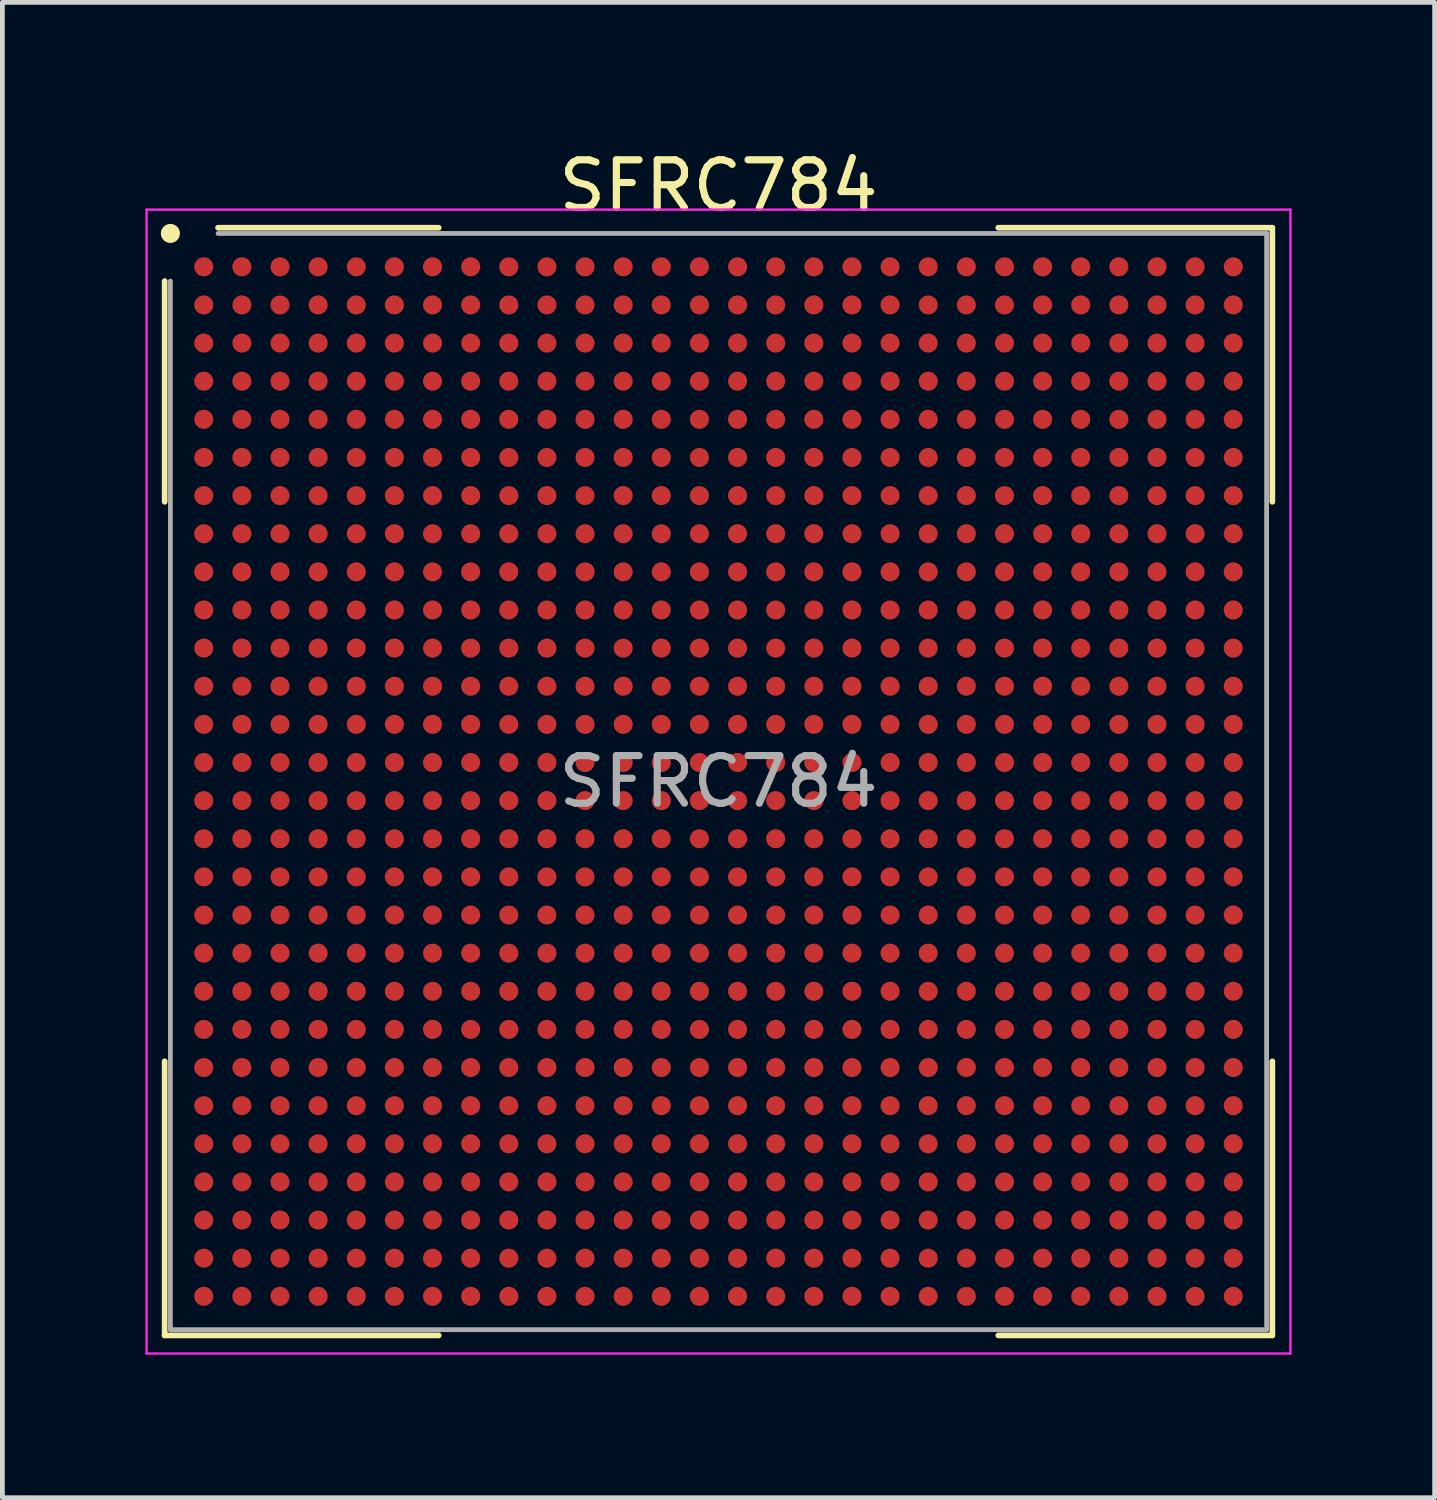
<source format=kicad_pcb>
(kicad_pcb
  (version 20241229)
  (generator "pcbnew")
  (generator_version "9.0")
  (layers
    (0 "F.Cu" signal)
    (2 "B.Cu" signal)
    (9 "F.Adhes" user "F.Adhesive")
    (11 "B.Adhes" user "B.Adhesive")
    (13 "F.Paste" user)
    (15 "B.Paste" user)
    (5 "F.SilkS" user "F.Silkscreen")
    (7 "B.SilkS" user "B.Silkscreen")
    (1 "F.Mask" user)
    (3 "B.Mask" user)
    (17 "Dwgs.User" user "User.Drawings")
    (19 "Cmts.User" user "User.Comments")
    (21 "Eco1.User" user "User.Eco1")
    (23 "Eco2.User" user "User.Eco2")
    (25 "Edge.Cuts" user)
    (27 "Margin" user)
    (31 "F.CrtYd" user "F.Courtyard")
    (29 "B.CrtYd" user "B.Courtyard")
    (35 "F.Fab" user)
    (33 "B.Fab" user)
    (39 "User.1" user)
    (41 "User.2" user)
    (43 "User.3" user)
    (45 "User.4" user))
  (footprint "SFRC784"
    (layer "F.Cu")
    (at 12.025 13.348)
    (property "Reference" "SFRC784" (at 0 -12.5 0) (layer "F.SilkS") (effects (font (size 1 1) (thickness 0.15))))
    (attr smd)
    (fp_line (start -11.62 -10.5) (end -11.62 -5.87) (stroke (width 0.12) (type default)) (layer "F.SilkS"))
    (fp_line (start -11.62 11.62) (end -11.62 5.87) (stroke (width 0.12) (type default)) (layer "F.SilkS"))
    (fp_line (start -5.87 -11.62) (end -10.5 -11.62) (stroke (width 0.12) (type default)) (layer "F.SilkS"))
    (fp_line (start -5.87 11.62) (end -11.62 11.62) (stroke (width 0.12) (type default)) (layer "F.SilkS"))
    (fp_line (start 5.87 -11.62) (end 11.62 -11.62) (stroke (width 0.12) (type default)) (layer "F.SilkS"))
    (fp_line (start 5.87 11.62) (end 11.62 11.62) (stroke (width 0.12) (type default)) (layer "F.SilkS"))
    (fp_line (start 11.62 -11.62) (end 11.62 -5.87) (stroke (width 0.12) (type default)) (layer "F.SilkS"))
    (fp_line (start 11.62 11.62) (end 11.62 5.87) (stroke (width 0.12) (type default)) (layer "F.SilkS"))
    (fp_circle (center -11.5 -11.5) (end -11.5 -11.4) (stroke (width 0.2) (type default)) (fill no) (layer "F.SilkS"))
    (fp_line (start -12 -12) (end 12 -12) (stroke (width 0.05) (type default)) (layer "F.CrtYd"))
    (fp_line (start -12 12) (end -12 -12) (stroke (width 0.05) (type default)) (layer "F.CrtYd"))
    (fp_line (start 12 -12) (end 12 12) (stroke (width 0.05) (type default)) (layer "F.CrtYd"))
    (fp_line (start 12 12) (end -12 12) (stroke (width 0.05) (type default)) (layer "F.CrtYd"))
    (fp_line (start -11.5 -10.5) (end -11.5 11.5) (stroke (width 0.1) (type default)) (layer "F.Fab"))
    (fp_line (start -11.5 11.5) (end 11.5 11.5) (stroke (width 0.1) (type default)) (layer "F.Fab"))
    (fp_line (start 11.5 -11.5) (end -10.5 -11.5) (stroke (width 0.1) (type default)) (layer "F.Fab"))
    (fp_line (start 11.5 11.5) (end 11.5 -11.5) (stroke (width 0.1) (type default)) (layer "F.Fab"))
    (fp_text user "${REFERENCE}" (at 0 0 0) (layer "F.Fab") (effects (font (size 1 1) (thickness 0.15))))
    (pad "A1" smd circle (at -10.8 -10.8) (size 0.4 0.4) (layers "F.Cu" "F.Mask" "F.Paste"))
    (pad "A2" smd circle (at -10 -10.8) (size 0.4 0.4) (layers "F.Cu" "F.Mask" "F.Paste"))
    (pad "A3" smd circle (at -9.2 -10.8) (size 0.4 0.4) (layers "F.Cu" "F.Mask" "F.Paste"))
    (pad "A4" smd circle (at -8.4 -10.8) (size 0.4 0.4) (layers "F.Cu" "F.Mask" "F.Paste"))
    (pad "A5" smd circle (at -7.6 -10.8) (size 0.4 0.4) (layers "F.Cu" "F.Mask" "F.Paste"))
    (pad "A6" smd circle (at -6.8 -10.8) (size 0.4 0.4) (layers "F.Cu" "F.Mask" "F.Paste"))
    (pad "A7" smd circle (at -6 -10.8) (size 0.4 0.4) (layers "F.Cu" "F.Mask" "F.Paste"))
    (pad "A8" smd circle (at -5.2 -10.8) (size 0.4 0.4) (layers "F.Cu" "F.Mask" "F.Paste"))
    (pad "A9" smd circle (at -4.4 -10.8) (size 0.4 0.4) (layers "F.Cu" "F.Mask" "F.Paste"))
    (pad "A10" smd circle (at -3.6 -10.8) (size 0.4 0.4) (layers "F.Cu" "F.Mask" "F.Paste"))
    (pad "A11" smd circle (at -2.8 -10.8) (size 0.4 0.4) (layers "F.Cu" "F.Mask" "F.Paste"))
    (pad "A12" smd circle (at -2 -10.8) (size 0.4 0.4) (layers "F.Cu" "F.Mask" "F.Paste"))
    (pad "A13" smd circle (at -1.2 -10.8) (size 0.4 0.4) (layers "F.Cu" "F.Mask" "F.Paste"))
    (pad "A14" smd circle (at -0.4 -10.8) (size 0.4 0.4) (layers "F.Cu" "F.Mask" "F.Paste"))
    (pad "A15" smd circle (at 0.4 -10.8) (size 0.4 0.4) (layers "F.Cu" "F.Mask" "F.Paste"))
    (pad "A16" smd circle (at 1.2 -10.8) (size 0.4 0.4) (layers "F.Cu" "F.Mask" "F.Paste"))
    (pad "A17" smd circle (at 2 -10.8) (size 0.4 0.4) (layers "F.Cu" "F.Mask" "F.Paste"))
    (pad "A18" smd circle (at 2.8 -10.8) (size 0.4 0.4) (layers "F.Cu" "F.Mask" "F.Paste"))
    (pad "A19" smd circle (at 3.6 -10.8) (size 0.4 0.4) (layers "F.Cu" "F.Mask" "F.Paste"))
    (pad "A20" smd circle (at 4.4 -10.8) (size 0.4 0.4) (layers "F.Cu" "F.Mask" "F.Paste"))
    (pad "A21" smd circle (at 5.2 -10.8) (size 0.4 0.4) (layers "F.Cu" "F.Mask" "F.Paste"))
    (pad "A22" smd circle (at 6 -10.8) (size 0.4 0.4) (layers "F.Cu" "F.Mask" "F.Paste"))
    (pad "A23" smd circle (at 6.8 -10.8) (size 0.4 0.4) (layers "F.Cu" "F.Mask" "F.Paste"))
    (pad "A24" smd circle (at 7.6 -10.8) (size 0.4 0.4) (layers "F.Cu" "F.Mask" "F.Paste"))
    (pad "A25" smd circle (at 8.4 -10.8) (size 0.4 0.4) (layers "F.Cu" "F.Mask" "F.Paste"))
    (pad "A26" smd circle (at 9.2 -10.8) (size 0.4 0.4) (layers "F.Cu" "F.Mask" "F.Paste"))
    (pad "A27" smd circle (at 10 -10.8) (size 0.4 0.4) (layers "F.Cu" "F.Mask" "F.Paste"))
    (pad "A28" smd circle (at 10.8 -10.8) (size 0.4 0.4) (layers "F.Cu" "F.Mask" "F.Paste"))
    (pad "AA1" smd circle (at -10.8 5.2) (size 0.4 0.4) (layers "F.Cu" "F.Mask" "F.Paste"))
    (pad "AA2" smd circle (at -10 5.2) (size 0.4 0.4) (layers "F.Cu" "F.Mask" "F.Paste"))
    (pad "AA3" smd circle (at -9.2 5.2) (size 0.4 0.4) (layers "F.Cu" "F.Mask" "F.Paste"))
    (pad "AA4" smd circle (at -8.4 5.2) (size 0.4 0.4) (layers "F.Cu" "F.Mask" "F.Paste"))
    (pad "AA5" smd circle (at -7.6 5.2) (size 0.4 0.4) (layers "F.Cu" "F.Mask" "F.Paste"))
    (pad "AA6" smd circle (at -6.8 5.2) (size 0.4 0.4) (layers "F.Cu" "F.Mask" "F.Paste"))
    (pad "AA7" smd circle (at -6 5.2) (size 0.4 0.4) (layers "F.Cu" "F.Mask" "F.Paste"))
    (pad "AA8" smd circle (at -5.2 5.2) (size 0.4 0.4) (layers "F.Cu" "F.Mask" "F.Paste"))
    (pad "AA9" smd circle (at -4.4 5.2) (size 0.4 0.4) (layers "F.Cu" "F.Mask" "F.Paste"))
    (pad "AA10" smd circle (at -3.6 5.2) (size 0.4 0.4) (layers "F.Cu" "F.Mask" "F.Paste"))
    (pad "AA11" smd circle (at -2.8 5.2) (size 0.4 0.4) (layers "F.Cu" "F.Mask" "F.Paste"))
    (pad "AA12" smd circle (at -2 5.2) (size 0.4 0.4) (layers "F.Cu" "F.Mask" "F.Paste"))
    (pad "AA13" smd circle (at -1.2 5.2) (size 0.4 0.4) (layers "F.Cu" "F.Mask" "F.Paste"))
    (pad "AA14" smd circle (at -0.4 5.2) (size 0.4 0.4) (layers "F.Cu" "F.Mask" "F.Paste"))
    (pad "AA15" smd circle (at 0.4 5.2) (size 0.4 0.4) (layers "F.Cu" "F.Mask" "F.Paste"))
    (pad "AA16" smd circle (at 1.2 5.2) (size 0.4 0.4) (layers "F.Cu" "F.Mask" "F.Paste"))
    (pad "AA17" smd circle (at 2 5.2) (size 0.4 0.4) (layers "F.Cu" "F.Mask" "F.Paste"))
    (pad "AA18" smd circle (at 2.8 5.2) (size 0.4 0.4) (layers "F.Cu" "F.Mask" "F.Paste"))
    (pad "AA19" smd circle (at 3.6 5.2) (size 0.4 0.4) (layers "F.Cu" "F.Mask" "F.Paste"))
    (pad "AA20" smd circle (at 4.4 5.2) (size 0.4 0.4) (layers "F.Cu" "F.Mask" "F.Paste"))
    (pad "AA21" smd circle (at 5.2 5.2) (size 0.4 0.4) (layers "F.Cu" "F.Mask" "F.Paste"))
    (pad "AA22" smd circle (at 6 5.2) (size 0.4 0.4) (layers "F.Cu" "F.Mask" "F.Paste"))
    (pad "AA23" smd circle (at 6.8 5.2) (size 0.4 0.4) (layers "F.Cu" "F.Mask" "F.Paste"))
    (pad "AA24" smd circle (at 7.6 5.2) (size 0.4 0.4) (layers "F.Cu" "F.Mask" "F.Paste"))
    (pad "AA25" smd circle (at 8.4 5.2) (size 0.4 0.4) (layers "F.Cu" "F.Mask" "F.Paste"))
    (pad "AA26" smd circle (at 9.2 5.2) (size 0.4 0.4) (layers "F.Cu" "F.Mask" "F.Paste"))
    (pad "AA27" smd circle (at 10 5.2) (size 0.4 0.4) (layers "F.Cu" "F.Mask" "F.Paste"))
    (pad "AA28" smd circle (at 10.8 5.2) (size 0.4 0.4) (layers "F.Cu" "F.Mask" "F.Paste"))
    (pad "AB1" smd circle (at -10.8 6) (size 0.4 0.4) (layers "F.Cu" "F.Mask" "F.Paste"))
    (pad "AB2" smd circle (at -10 6) (size 0.4 0.4) (layers "F.Cu" "F.Mask" "F.Paste"))
    (pad "AB3" smd circle (at -9.2 6) (size 0.4 0.4) (layers "F.Cu" "F.Mask" "F.Paste"))
    (pad "AB4" smd circle (at -8.4 6) (size 0.4 0.4) (layers "F.Cu" "F.Mask" "F.Paste"))
    (pad "AB5" smd circle (at -7.6 6) (size 0.4 0.4) (layers "F.Cu" "F.Mask" "F.Paste"))
    (pad "AB6" smd circle (at -6.8 6) (size 0.4 0.4) (layers "F.Cu" "F.Mask" "F.Paste"))
    (pad "AB7" smd circle (at -6 6) (size 0.4 0.4) (layers "F.Cu" "F.Mask" "F.Paste"))
    (pad "AB8" smd circle (at -5.2 6) (size 0.4 0.4) (layers "F.Cu" "F.Mask" "F.Paste"))
    (pad "AB9" smd circle (at -4.4 6) (size 0.4 0.4) (layers "F.Cu" "F.Mask" "F.Paste"))
    (pad "AB10" smd circle (at -3.6 6) (size 0.4 0.4) (layers "F.Cu" "F.Mask" "F.Paste"))
    (pad "AB11" smd circle (at -2.8 6) (size 0.4 0.4) (layers "F.Cu" "F.Mask" "F.Paste"))
    (pad "AB12" smd circle (at -2 6) (size 0.4 0.4) (layers "F.Cu" "F.Mask" "F.Paste"))
    (pad "AB13" smd circle (at -1.2 6) (size 0.4 0.4) (layers "F.Cu" "F.Mask" "F.Paste"))
    (pad "AB14" smd circle (at -0.4 6) (size 0.4 0.4) (layers "F.Cu" "F.Mask" "F.Paste"))
    (pad "AB15" smd circle (at 0.4 6) (size 0.4 0.4) (layers "F.Cu" "F.Mask" "F.Paste"))
    (pad "AB16" smd circle (at 1.2 6) (size 0.4 0.4) (layers "F.Cu" "F.Mask" "F.Paste"))
    (pad "AB17" smd circle (at 2 6) (size 0.4 0.4) (layers "F.Cu" "F.Mask" "F.Paste"))
    (pad "AB18" smd circle (at 2.8 6) (size 0.4 0.4) (layers "F.Cu" "F.Mask" "F.Paste"))
    (pad "AB19" smd circle (at 3.6 6) (size 0.4 0.4) (layers "F.Cu" "F.Mask" "F.Paste"))
    (pad "AB20" smd circle (at 4.4 6) (size 0.4 0.4) (layers "F.Cu" "F.Mask" "F.Paste"))
    (pad "AB21" smd circle (at 5.2 6) (size 0.4 0.4) (layers "F.Cu" "F.Mask" "F.Paste"))
    (pad "AB22" smd circle (at 6 6) (size 0.4 0.4) (layers "F.Cu" "F.Mask" "F.Paste"))
    (pad "AB23" smd circle (at 6.8 6) (size 0.4 0.4) (layers "F.Cu" "F.Mask" "F.Paste"))
    (pad "AB24" smd circle (at 7.6 6) (size 0.4 0.4) (layers "F.Cu" "F.Mask" "F.Paste"))
    (pad "AB25" smd circle (at 8.4 6) (size 0.4 0.4) (layers "F.Cu" "F.Mask" "F.Paste"))
    (pad "AB26" smd circle (at 9.2 6) (size 0.4 0.4) (layers "F.Cu" "F.Mask" "F.Paste"))
    (pad "AB27" smd circle (at 10 6) (size 0.4 0.4) (layers "F.Cu" "F.Mask" "F.Paste"))
    (pad "AB28" smd circle (at 10.8 6) (size 0.4 0.4) (layers "F.Cu" "F.Mask" "F.Paste"))
    (pad "AC1" smd circle (at -10.8 6.8) (size 0.4 0.4) (layers "F.Cu" "F.Mask" "F.Paste"))
    (pad "AC2" smd circle (at -10 6.8) (size 0.4 0.4) (layers "F.Cu" "F.Mask" "F.Paste"))
    (pad "AC3" smd circle (at -9.2 6.8) (size 0.4 0.4) (layers "F.Cu" "F.Mask" "F.Paste"))
    (pad "AC4" smd circle (at -8.4 6.8) (size 0.4 0.4) (layers "F.Cu" "F.Mask" "F.Paste"))
    (pad "AC5" smd circle (at -7.6 6.8) (size 0.4 0.4) (layers "F.Cu" "F.Mask" "F.Paste"))
    (pad "AC6" smd circle (at -6.8 6.8) (size 0.4 0.4) (layers "F.Cu" "F.Mask" "F.Paste"))
    (pad "AC7" smd circle (at -6 6.8) (size 0.4 0.4) (layers "F.Cu" "F.Mask" "F.Paste"))
    (pad "AC8" smd circle (at -5.2 6.8) (size 0.4 0.4) (layers "F.Cu" "F.Mask" "F.Paste"))
    (pad "AC9" smd circle (at -4.4 6.8) (size 0.4 0.4) (layers "F.Cu" "F.Mask" "F.Paste"))
    (pad "AC10" smd circle (at -3.6 6.8) (size 0.4 0.4) (layers "F.Cu" "F.Mask" "F.Paste"))
    (pad "AC11" smd circle (at -2.8 6.8) (size 0.4 0.4) (layers "F.Cu" "F.Mask" "F.Paste"))
    (pad "AC12" smd circle (at -2 6.8) (size 0.4 0.4) (layers "F.Cu" "F.Mask" "F.Paste"))
    (pad "AC13" smd circle (at -1.2 6.8) (size 0.4 0.4) (layers "F.Cu" "F.Mask" "F.Paste"))
    (pad "AC14" smd circle (at -0.4 6.8) (size 0.4 0.4) (layers "F.Cu" "F.Mask" "F.Paste"))
    (pad "AC15" smd circle (at 0.4 6.8) (size 0.4 0.4) (layers "F.Cu" "F.Mask" "F.Paste"))
    (pad "AC16" smd circle (at 1.2 6.8) (size 0.4 0.4) (layers "F.Cu" "F.Mask" "F.Paste"))
    (pad "AC17" smd circle (at 2 6.8) (size 0.4 0.4) (layers "F.Cu" "F.Mask" "F.Paste"))
    (pad "AC18" smd circle (at 2.8 6.8) (size 0.4 0.4) (layers "F.Cu" "F.Mask" "F.Paste"))
    (pad "AC19" smd circle (at 3.6 6.8) (size 0.4 0.4) (layers "F.Cu" "F.Mask" "F.Paste"))
    (pad "AC20" smd circle (at 4.4 6.8) (size 0.4 0.4) (layers "F.Cu" "F.Mask" "F.Paste"))
    (pad "AC21" smd circle (at 5.2 6.8) (size 0.4 0.4) (layers "F.Cu" "F.Mask" "F.Paste"))
    (pad "AC22" smd circle (at 6 6.8) (size 0.4 0.4) (layers "F.Cu" "F.Mask" "F.Paste"))
    (pad "AC23" smd circle (at 6.8 6.8) (size 0.4 0.4) (layers "F.Cu" "F.Mask" "F.Paste"))
    (pad "AC24" smd circle (at 7.6 6.8) (size 0.4 0.4) (layers "F.Cu" "F.Mask" "F.Paste"))
    (pad "AC25" smd circle (at 8.4 6.8) (size 0.4 0.4) (layers "F.Cu" "F.Mask" "F.Paste"))
    (pad "AC26" smd circle (at 9.2 6.8) (size 0.4 0.4) (layers "F.Cu" "F.Mask" "F.Paste"))
    (pad "AC27" smd circle (at 10 6.8) (size 0.4 0.4) (layers "F.Cu" "F.Mask" "F.Paste"))
    (pad "AC28" smd circle (at 10.8 6.8) (size 0.4 0.4) (layers "F.Cu" "F.Mask" "F.Paste"))
    (pad "AD1" smd circle (at -10.8 7.6) (size 0.4 0.4) (layers "F.Cu" "F.Mask" "F.Paste"))
    (pad "AD2" smd circle (at -10 7.6) (size 0.4 0.4) (layers "F.Cu" "F.Mask" "F.Paste"))
    (pad "AD3" smd circle (at -9.2 7.6) (size 0.4 0.4) (layers "F.Cu" "F.Mask" "F.Paste"))
    (pad "AD4" smd circle (at -8.4 7.6) (size 0.4 0.4) (layers "F.Cu" "F.Mask" "F.Paste"))
    (pad "AD5" smd circle (at -7.6 7.6) (size 0.4 0.4) (layers "F.Cu" "F.Mask" "F.Paste"))
    (pad "AD6" smd circle (at -6.8 7.6) (size 0.4 0.4) (layers "F.Cu" "F.Mask" "F.Paste"))
    (pad "AD7" smd circle (at -6 7.6) (size 0.4 0.4) (layers "F.Cu" "F.Mask" "F.Paste"))
    (pad "AD8" smd circle (at -5.2 7.6) (size 0.4 0.4) (layers "F.Cu" "F.Mask" "F.Paste"))
    (pad "AD9" smd circle (at -4.4 7.6) (size 0.4 0.4) (layers "F.Cu" "F.Mask" "F.Paste"))
    (pad "AD10" smd circle (at -3.6 7.6) (size 0.4 0.4) (layers "F.Cu" "F.Mask" "F.Paste"))
    (pad "AD11" smd circle (at -2.8 7.6) (size 0.4 0.4) (layers "F.Cu" "F.Mask" "F.Paste"))
    (pad "AD12" smd circle (at -2 7.6) (size 0.4 0.4) (layers "F.Cu" "F.Mask" "F.Paste"))
    (pad "AD13" smd circle (at -1.2 7.6) (size 0.4 0.4) (layers "F.Cu" "F.Mask" "F.Paste"))
    (pad "AD14" smd circle (at -0.4 7.6) (size 0.4 0.4) (layers "F.Cu" "F.Mask" "F.Paste"))
    (pad "AD15" smd circle (at 0.4 7.6) (size 0.4 0.4) (layers "F.Cu" "F.Mask" "F.Paste"))
    (pad "AD16" smd circle (at 1.2 7.6) (size 0.4 0.4) (layers "F.Cu" "F.Mask" "F.Paste"))
    (pad "AD17" smd circle (at 2 7.6) (size 0.4 0.4) (layers "F.Cu" "F.Mask" "F.Paste"))
    (pad "AD18" smd circle (at 2.8 7.6) (size 0.4 0.4) (layers "F.Cu" "F.Mask" "F.Paste"))
    (pad "AD19" smd circle (at 3.6 7.6) (size 0.4 0.4) (layers "F.Cu" "F.Mask" "F.Paste"))
    (pad "AD20" smd circle (at 4.4 7.6) (size 0.4 0.4) (layers "F.Cu" "F.Mask" "F.Paste"))
    (pad "AD21" smd circle (at 5.2 7.6) (size 0.4 0.4) (layers "F.Cu" "F.Mask" "F.Paste"))
    (pad "AD22" smd circle (at 6 7.6) (size 0.4 0.4) (layers "F.Cu" "F.Mask" "F.Paste"))
    (pad "AD23" smd circle (at 6.8 7.6) (size 0.4 0.4) (layers "F.Cu" "F.Mask" "F.Paste"))
    (pad "AD24" smd circle (at 7.6 7.6) (size 0.4 0.4) (layers "F.Cu" "F.Mask" "F.Paste"))
    (pad "AD25" smd circle (at 8.4 7.6) (size 0.4 0.4) (layers "F.Cu" "F.Mask" "F.Paste"))
    (pad "AD26" smd circle (at 9.2 7.6) (size 0.4 0.4) (layers "F.Cu" "F.Mask" "F.Paste"))
    (pad "AD27" smd circle (at 10 7.6) (size 0.4 0.4) (layers "F.Cu" "F.Mask" "F.Paste"))
    (pad "AD28" smd circle (at 10.8 7.6) (size 0.4 0.4) (layers "F.Cu" "F.Mask" "F.Paste"))
    (pad "AE1" smd circle (at -10.8 8.4) (size 0.4 0.4) (layers "F.Cu" "F.Mask" "F.Paste"))
    (pad "AE2" smd circle (at -10 8.4) (size 0.4 0.4) (layers "F.Cu" "F.Mask" "F.Paste"))
    (pad "AE3" smd circle (at -9.2 8.4) (size 0.4 0.4) (layers "F.Cu" "F.Mask" "F.Paste"))
    (pad "AE4" smd circle (at -8.4 8.4) (size 0.4 0.4) (layers "F.Cu" "F.Mask" "F.Paste"))
    (pad "AE5" smd circle (at -7.6 8.4) (size 0.4 0.4) (layers "F.Cu" "F.Mask" "F.Paste"))
    (pad "AE6" smd circle (at -6.8 8.4) (size 0.4 0.4) (layers "F.Cu" "F.Mask" "F.Paste"))
    (pad "AE7" smd circle (at -6 8.4) (size 0.4 0.4) (layers "F.Cu" "F.Mask" "F.Paste"))
    (pad "AE8" smd circle (at -5.2 8.4) (size 0.4 0.4) (layers "F.Cu" "F.Mask" "F.Paste"))
    (pad "AE9" smd circle (at -4.4 8.4) (size 0.4 0.4) (layers "F.Cu" "F.Mask" "F.Paste"))
    (pad "AE10" smd circle (at -3.6 8.4) (size 0.4 0.4) (layers "F.Cu" "F.Mask" "F.Paste"))
    (pad "AE11" smd circle (at -2.8 8.4) (size 0.4 0.4) (layers "F.Cu" "F.Mask" "F.Paste"))
    (pad "AE12" smd circle (at -2 8.4) (size 0.4 0.4) (layers "F.Cu" "F.Mask" "F.Paste"))
    (pad "AE13" smd circle (at -1.2 8.4) (size 0.4 0.4) (layers "F.Cu" "F.Mask" "F.Paste"))
    (pad "AE14" smd circle (at -0.4 8.4) (size 0.4 0.4) (layers "F.Cu" "F.Mask" "F.Paste"))
    (pad "AE15" smd circle (at 0.4 8.4) (size 0.4 0.4) (layers "F.Cu" "F.Mask" "F.Paste"))
    (pad "AE16" smd circle (at 1.2 8.4) (size 0.4 0.4) (layers "F.Cu" "F.Mask" "F.Paste"))
    (pad "AE17" smd circle (at 2 8.4) (size 0.4 0.4) (layers "F.Cu" "F.Mask" "F.Paste"))
    (pad "AE18" smd circle (at 2.8 8.4) (size 0.4 0.4) (layers "F.Cu" "F.Mask" "F.Paste"))
    (pad "AE19" smd circle (at 3.6 8.4) (size 0.4 0.4) (layers "F.Cu" "F.Mask" "F.Paste"))
    (pad "AE20" smd circle (at 4.4 8.4) (size 0.4 0.4) (layers "F.Cu" "F.Mask" "F.Paste"))
    (pad "AE21" smd circle (at 5.2 8.4) (size 0.4 0.4) (layers "F.Cu" "F.Mask" "F.Paste"))
    (pad "AE22" smd circle (at 6 8.4) (size 0.4 0.4) (layers "F.Cu" "F.Mask" "F.Paste"))
    (pad "AE23" smd circle (at 6.8 8.4) (size 0.4 0.4) (layers "F.Cu" "F.Mask" "F.Paste"))
    (pad "AE24" smd circle (at 7.6 8.4) (size 0.4 0.4) (layers "F.Cu" "F.Mask" "F.Paste"))
    (pad "AE25" smd circle (at 8.4 8.4) (size 0.4 0.4) (layers "F.Cu" "F.Mask" "F.Paste"))
    (pad "AE26" smd circle (at 9.2 8.4) (size 0.4 0.4) (layers "F.Cu" "F.Mask" "F.Paste"))
    (pad "AE27" smd circle (at 10 8.4) (size 0.4 0.4) (layers "F.Cu" "F.Mask" "F.Paste"))
    (pad "AE28" smd circle (at 10.8 8.4) (size 0.4 0.4) (layers "F.Cu" "F.Mask" "F.Paste"))
    (pad "AF1" smd circle (at -10.8 9.2) (size 0.4 0.4) (layers "F.Cu" "F.Mask" "F.Paste"))
    (pad "AF2" smd circle (at -10 9.2) (size 0.4 0.4) (layers "F.Cu" "F.Mask" "F.Paste"))
    (pad "AF3" smd circle (at -9.2 9.2) (size 0.4 0.4) (layers "F.Cu" "F.Mask" "F.Paste"))
    (pad "AF4" smd circle (at -8.4 9.2) (size 0.4 0.4) (layers "F.Cu" "F.Mask" "F.Paste"))
    (pad "AF5" smd circle (at -7.6 9.2) (size 0.4 0.4) (layers "F.Cu" "F.Mask" "F.Paste"))
    (pad "AF6" smd circle (at -6.8 9.2) (size 0.4 0.4) (layers "F.Cu" "F.Mask" "F.Paste"))
    (pad "AF7" smd circle (at -6 9.2) (size 0.4 0.4) (layers "F.Cu" "F.Mask" "F.Paste"))
    (pad "AF8" smd circle (at -5.2 9.2) (size 0.4 0.4) (layers "F.Cu" "F.Mask" "F.Paste"))
    (pad "AF9" smd circle (at -4.4 9.2) (size 0.4 0.4) (layers "F.Cu" "F.Mask" "F.Paste"))
    (pad "AF10" smd circle (at -3.6 9.2) (size 0.4 0.4) (layers "F.Cu" "F.Mask" "F.Paste"))
    (pad "AF11" smd circle (at -2.8 9.2) (size 0.4 0.4) (layers "F.Cu" "F.Mask" "F.Paste"))
    (pad "AF12" smd circle (at -2 9.2) (size 0.4 0.4) (layers "F.Cu" "F.Mask" "F.Paste"))
    (pad "AF13" smd circle (at -1.2 9.2) (size 0.4 0.4) (layers "F.Cu" "F.Mask" "F.Paste"))
    (pad "AF14" smd circle (at -0.4 9.2) (size 0.4 0.4) (layers "F.Cu" "F.Mask" "F.Paste"))
    (pad "AF15" smd circle (at 0.4 9.2) (size 0.4 0.4) (layers "F.Cu" "F.Mask" "F.Paste"))
    (pad "AF16" smd circle (at 1.2 9.2) (size 0.4 0.4) (layers "F.Cu" "F.Mask" "F.Paste"))
    (pad "AF17" smd circle (at 2 9.2) (size 0.4 0.4) (layers "F.Cu" "F.Mask" "F.Paste"))
    (pad "AF18" smd circle (at 2.8 9.2) (size 0.4 0.4) (layers "F.Cu" "F.Mask" "F.Paste"))
    (pad "AF19" smd circle (at 3.6 9.2) (size 0.4 0.4) (layers "F.Cu" "F.Mask" "F.Paste"))
    (pad "AF20" smd circle (at 4.4 9.2) (size 0.4 0.4) (layers "F.Cu" "F.Mask" "F.Paste"))
    (pad "AF21" smd circle (at 5.2 9.2) (size 0.4 0.4) (layers "F.Cu" "F.Mask" "F.Paste"))
    (pad "AF22" smd circle (at 6 9.2) (size 0.4 0.4) (layers "F.Cu" "F.Mask" "F.Paste"))
    (pad "AF23" smd circle (at 6.8 9.2) (size 0.4 0.4) (layers "F.Cu" "F.Mask" "F.Paste"))
    (pad "AF24" smd circle (at 7.6 9.2) (size 0.4 0.4) (layers "F.Cu" "F.Mask" "F.Paste"))
    (pad "AF25" smd circle (at 8.4 9.2) (size 0.4 0.4) (layers "F.Cu" "F.Mask" "F.Paste"))
    (pad "AF26" smd circle (at 9.2 9.2) (size 0.4 0.4) (layers "F.Cu" "F.Mask" "F.Paste"))
    (pad "AF27" smd circle (at 10 9.2) (size 0.4 0.4) (layers "F.Cu" "F.Mask" "F.Paste"))
    (pad "AF28" smd circle (at 10.8 9.2) (size 0.4 0.4) (layers "F.Cu" "F.Mask" "F.Paste"))
    (pad "AG1" smd circle (at -10.8 10) (size 0.4 0.4) (layers "F.Cu" "F.Mask" "F.Paste"))
    (pad "AG2" smd circle (at -10 10) (size 0.4 0.4) (layers "F.Cu" "F.Mask" "F.Paste"))
    (pad "AG3" smd circle (at -9.2 10) (size 0.4 0.4) (layers "F.Cu" "F.Mask" "F.Paste"))
    (pad "AG4" smd circle (at -8.4 10) (size 0.4 0.4) (layers "F.Cu" "F.Mask" "F.Paste"))
    (pad "AG5" smd circle (at -7.6 10) (size 0.4 0.4) (layers "F.Cu" "F.Mask" "F.Paste"))
    (pad "AG6" smd circle (at -6.8 10) (size 0.4 0.4) (layers "F.Cu" "F.Mask" "F.Paste"))
    (pad "AG7" smd circle (at -6 10) (size 0.4 0.4) (layers "F.Cu" "F.Mask" "F.Paste"))
    (pad "AG8" smd circle (at -5.2 10) (size 0.4 0.4) (layers "F.Cu" "F.Mask" "F.Paste"))
    (pad "AG9" smd circle (at -4.4 10) (size 0.4 0.4) (layers "F.Cu" "F.Mask" "F.Paste"))
    (pad "AG10" smd circle (at -3.6 10) (size 0.4 0.4) (layers "F.Cu" "F.Mask" "F.Paste"))
    (pad "AG11" smd circle (at -2.8 10) (size 0.4 0.4) (layers "F.Cu" "F.Mask" "F.Paste"))
    (pad "AG12" smd circle (at -2 10) (size 0.4 0.4) (layers "F.Cu" "F.Mask" "F.Paste"))
    (pad "AG13" smd circle (at -1.2 10) (size 0.4 0.4) (layers "F.Cu" "F.Mask" "F.Paste"))
    (pad "AG14" smd circle (at -0.4 10) (size 0.4 0.4) (layers "F.Cu" "F.Mask" "F.Paste"))
    (pad "AG15" smd circle (at 0.4 10) (size 0.4 0.4) (layers "F.Cu" "F.Mask" "F.Paste"))
    (pad "AG16" smd circle (at 1.2 10) (size 0.4 0.4) (layers "F.Cu" "F.Mask" "F.Paste"))
    (pad "AG17" smd circle (at 2 10) (size 0.4 0.4) (layers "F.Cu" "F.Mask" "F.Paste"))
    (pad "AG18" smd circle (at 2.8 10) (size 0.4 0.4) (layers "F.Cu" "F.Mask" "F.Paste"))
    (pad "AG19" smd circle (at 3.6 10) (size 0.4 0.4) (layers "F.Cu" "F.Mask" "F.Paste"))
    (pad "AG20" smd circle (at 4.4 10) (size 0.4 0.4) (layers "F.Cu" "F.Mask" "F.Paste"))
    (pad "AG21" smd circle (at 5.2 10) (size 0.4 0.4) (layers "F.Cu" "F.Mask" "F.Paste"))
    (pad "AG22" smd circle (at 6 10) (size 0.4 0.4) (layers "F.Cu" "F.Mask" "F.Paste"))
    (pad "AG23" smd circle (at 6.8 10) (size 0.4 0.4) (layers "F.Cu" "F.Mask" "F.Paste"))
    (pad "AG24" smd circle (at 7.6 10) (size 0.4 0.4) (layers "F.Cu" "F.Mask" "F.Paste"))
    (pad "AG25" smd circle (at 8.4 10) (size 0.4 0.4) (layers "F.Cu" "F.Mask" "F.Paste"))
    (pad "AG26" smd circle (at 9.2 10) (size 0.4 0.4) (layers "F.Cu" "F.Mask" "F.Paste"))
    (pad "AG27" smd circle (at 10 10) (size 0.4 0.4) (layers "F.Cu" "F.Mask" "F.Paste"))
    (pad "AG28" smd circle (at 10.8 10) (size 0.4 0.4) (layers "F.Cu" "F.Mask" "F.Paste"))
    (pad "AH1" smd circle (at -10.8 10.8) (size 0.4 0.4) (layers "F.Cu" "F.Mask" "F.Paste"))
    (pad "AH2" smd circle (at -10 10.8) (size 0.4 0.4) (layers "F.Cu" "F.Mask" "F.Paste"))
    (pad "AH3" smd circle (at -9.2 10.8) (size 0.4 0.4) (layers "F.Cu" "F.Mask" "F.Paste"))
    (pad "AH4" smd circle (at -8.4 10.8) (size 0.4 0.4) (layers "F.Cu" "F.Mask" "F.Paste"))
    (pad "AH5" smd circle (at -7.6 10.8) (size 0.4 0.4) (layers "F.Cu" "F.Mask" "F.Paste"))
    (pad "AH6" smd circle (at -6.8 10.8) (size 0.4 0.4) (layers "F.Cu" "F.Mask" "F.Paste"))
    (pad "AH7" smd circle (at -6 10.8) (size 0.4 0.4) (layers "F.Cu" "F.Mask" "F.Paste"))
    (pad "AH8" smd circle (at -5.2 10.8) (size 0.4 0.4) (layers "F.Cu" "F.Mask" "F.Paste"))
    (pad "AH9" smd circle (at -4.4 10.8) (size 0.4 0.4) (layers "F.Cu" "F.Mask" "F.Paste"))
    (pad "AH10" smd circle (at -3.6 10.8) (size 0.4 0.4) (layers "F.Cu" "F.Mask" "F.Paste"))
    (pad "AH11" smd circle (at -2.8 10.8) (size 0.4 0.4) (layers "F.Cu" "F.Mask" "F.Paste"))
    (pad "AH12" smd circle (at -2 10.8) (size 0.4 0.4) (layers "F.Cu" "F.Mask" "F.Paste"))
    (pad "AH13" smd circle (at -1.2 10.8) (size 0.4 0.4) (layers "F.Cu" "F.Mask" "F.Paste"))
    (pad "AH14" smd circle (at -0.4 10.8) (size 0.4 0.4) (layers "F.Cu" "F.Mask" "F.Paste"))
    (pad "AH15" smd circle (at 0.4 10.8) (size 0.4 0.4) (layers "F.Cu" "F.Mask" "F.Paste"))
    (pad "AH16" smd circle (at 1.2 10.8) (size 0.4 0.4) (layers "F.Cu" "F.Mask" "F.Paste"))
    (pad "AH17" smd circle (at 2 10.8) (size 0.4 0.4) (layers "F.Cu" "F.Mask" "F.Paste"))
    (pad "AH18" smd circle (at 2.8 10.8) (size 0.4 0.4) (layers "F.Cu" "F.Mask" "F.Paste"))
    (pad "AH19" smd circle (at 3.6 10.8) (size 0.4 0.4) (layers "F.Cu" "F.Mask" "F.Paste"))
    (pad "AH20" smd circle (at 4.4 10.8) (size 0.4 0.4) (layers "F.Cu" "F.Mask" "F.Paste"))
    (pad "AH21" smd circle (at 5.2 10.8) (size 0.4 0.4) (layers "F.Cu" "F.Mask" "F.Paste"))
    (pad "AH22" smd circle (at 6 10.8) (size 0.4 0.4) (layers "F.Cu" "F.Mask" "F.Paste"))
    (pad "AH23" smd circle (at 6.8 10.8) (size 0.4 0.4) (layers "F.Cu" "F.Mask" "F.Paste"))
    (pad "AH24" smd circle (at 7.6 10.8) (size 0.4 0.4) (layers "F.Cu" "F.Mask" "F.Paste"))
    (pad "AH25" smd circle (at 8.4 10.8) (size 0.4 0.4) (layers "F.Cu" "F.Mask" "F.Paste"))
    (pad "AH26" smd circle (at 9.2 10.8) (size 0.4 0.4) (layers "F.Cu" "F.Mask" "F.Paste"))
    (pad "AH27" smd circle (at 10 10.8) (size 0.4 0.4) (layers "F.Cu" "F.Mask" "F.Paste"))
    (pad "AH28" smd circle (at 10.8 10.8) (size 0.4 0.4) (layers "F.Cu" "F.Mask" "F.Paste"))
    (pad "B1" smd circle (at -10.8 -10) (size 0.4 0.4) (layers "F.Cu" "F.Mask" "F.Paste"))
    (pad "B2" smd circle (at -10 -10) (size 0.4 0.4) (layers "F.Cu" "F.Mask" "F.Paste"))
    (pad "B3" smd circle (at -9.2 -10) (size 0.4 0.4) (layers "F.Cu" "F.Mask" "F.Paste"))
    (pad "B4" smd circle (at -8.4 -10) (size 0.4 0.4) (layers "F.Cu" "F.Mask" "F.Paste"))
    (pad "B5" smd circle (at -7.6 -10) (size 0.4 0.4) (layers "F.Cu" "F.Mask" "F.Paste"))
    (pad "B6" smd circle (at -6.8 -10) (size 0.4 0.4) (layers "F.Cu" "F.Mask" "F.Paste"))
    (pad "B7" smd circle (at -6 -10) (size 0.4 0.4) (layers "F.Cu" "F.Mask" "F.Paste"))
    (pad "B8" smd circle (at -5.2 -10) (size 0.4 0.4) (layers "F.Cu" "F.Mask" "F.Paste"))
    (pad "B9" smd circle (at -4.4 -10) (size 0.4 0.4) (layers "F.Cu" "F.Mask" "F.Paste"))
    (pad "B10" smd circle (at -3.6 -10) (size 0.4 0.4) (layers "F.Cu" "F.Mask" "F.Paste"))
    (pad "B11" smd circle (at -2.8 -10) (size 0.4 0.4) (layers "F.Cu" "F.Mask" "F.Paste"))
    (pad "B12" smd circle (at -2 -10) (size 0.4 0.4) (layers "F.Cu" "F.Mask" "F.Paste"))
    (pad "B13" smd circle (at -1.2 -10) (size 0.4 0.4) (layers "F.Cu" "F.Mask" "F.Paste"))
    (pad "B14" smd circle (at -0.4 -10) (size 0.4 0.4) (layers "F.Cu" "F.Mask" "F.Paste"))
    (pad "B15" smd circle (at 0.4 -10) (size 0.4 0.4) (layers "F.Cu" "F.Mask" "F.Paste"))
    (pad "B16" smd circle (at 1.2 -10) (size 0.4 0.4) (layers "F.Cu" "F.Mask" "F.Paste"))
    (pad "B17" smd circle (at 2 -10) (size 0.4 0.4) (layers "F.Cu" "F.Mask" "F.Paste"))
    (pad "B18" smd circle (at 2.8 -10) (size 0.4 0.4) (layers "F.Cu" "F.Mask" "F.Paste"))
    (pad "B19" smd circle (at 3.6 -10) (size 0.4 0.4) (layers "F.Cu" "F.Mask" "F.Paste"))
    (pad "B20" smd circle (at 4.4 -10) (size 0.4 0.4) (layers "F.Cu" "F.Mask" "F.Paste"))
    (pad "B21" smd circle (at 5.2 -10) (size 0.4 0.4) (layers "F.Cu" "F.Mask" "F.Paste"))
    (pad "B22" smd circle (at 6 -10) (size 0.4 0.4) (layers "F.Cu" "F.Mask" "F.Paste"))
    (pad "B23" smd circle (at 6.8 -10) (size 0.4 0.4) (layers "F.Cu" "F.Mask" "F.Paste"))
    (pad "B24" smd circle (at 7.6 -10) (size 0.4 0.4) (layers "F.Cu" "F.Mask" "F.Paste"))
    (pad "B25" smd circle (at 8.4 -10) (size 0.4 0.4) (layers "F.Cu" "F.Mask" "F.Paste"))
    (pad "B26" smd circle (at 9.2 -10) (size 0.4 0.4) (layers "F.Cu" "F.Mask" "F.Paste"))
    (pad "B27" smd circle (at 10 -10) (size 0.4 0.4) (layers "F.Cu" "F.Mask" "F.Paste"))
    (pad "B28" smd circle (at 10.8 -10) (size 0.4 0.4) (layers "F.Cu" "F.Mask" "F.Paste"))
    (pad "C1" smd circle (at -10.8 -9.2) (size 0.4 0.4) (layers "F.Cu" "F.Mask" "F.Paste"))
    (pad "C2" smd circle (at -10 -9.2) (size 0.4 0.4) (layers "F.Cu" "F.Mask" "F.Paste"))
    (pad "C3" smd circle (at -9.2 -9.2) (size 0.4 0.4) (layers "F.Cu" "F.Mask" "F.Paste"))
    (pad "C4" smd circle (at -8.4 -9.2) (size 0.4 0.4) (layers "F.Cu" "F.Mask" "F.Paste"))
    (pad "C5" smd circle (at -7.6 -9.2) (size 0.4 0.4) (layers "F.Cu" "F.Mask" "F.Paste"))
    (pad "C6" smd circle (at -6.8 -9.2) (size 0.4 0.4) (layers "F.Cu" "F.Mask" "F.Paste"))
    (pad "C7" smd circle (at -6 -9.2) (size 0.4 0.4) (layers "F.Cu" "F.Mask" "F.Paste"))
    (pad "C8" smd circle (at -5.2 -9.2) (size 0.4 0.4) (layers "F.Cu" "F.Mask" "F.Paste"))
    (pad "C9" smd circle (at -4.4 -9.2) (size 0.4 0.4) (layers "F.Cu" "F.Mask" "F.Paste"))
    (pad "C10" smd circle (at -3.6 -9.2) (size 0.4 0.4) (layers "F.Cu" "F.Mask" "F.Paste"))
    (pad "C11" smd circle (at -2.8 -9.2) (size 0.4 0.4) (layers "F.Cu" "F.Mask" "F.Paste"))
    (pad "C12" smd circle (at -2 -9.2) (size 0.4 0.4) (layers "F.Cu" "F.Mask" "F.Paste"))
    (pad "C13" smd circle (at -1.2 -9.2) (size 0.4 0.4) (layers "F.Cu" "F.Mask" "F.Paste"))
    (pad "C14" smd circle (at -0.4 -9.2) (size 0.4 0.4) (layers "F.Cu" "F.Mask" "F.Paste"))
    (pad "C15" smd circle (at 0.4 -9.2) (size 0.4 0.4) (layers "F.Cu" "F.Mask" "F.Paste"))
    (pad "C16" smd circle (at 1.2 -9.2) (size 0.4 0.4) (layers "F.Cu" "F.Mask" "F.Paste"))
    (pad "C17" smd circle (at 2 -9.2) (size 0.4 0.4) (layers "F.Cu" "F.Mask" "F.Paste"))
    (pad "C18" smd circle (at 2.8 -9.2) (size 0.4 0.4) (layers "F.Cu" "F.Mask" "F.Paste"))
    (pad "C19" smd circle (at 3.6 -9.2) (size 0.4 0.4) (layers "F.Cu" "F.Mask" "F.Paste"))
    (pad "C20" smd circle (at 4.4 -9.2) (size 0.4 0.4) (layers "F.Cu" "F.Mask" "F.Paste"))
    (pad "C21" smd circle (at 5.2 -9.2) (size 0.4 0.4) (layers "F.Cu" "F.Mask" "F.Paste"))
    (pad "C22" smd circle (at 6 -9.2) (size 0.4 0.4) (layers "F.Cu" "F.Mask" "F.Paste"))
    (pad "C23" smd circle (at 6.8 -9.2) (size 0.4 0.4) (layers "F.Cu" "F.Mask" "F.Paste"))
    (pad "C24" smd circle (at 7.6 -9.2) (size 0.4 0.4) (layers "F.Cu" "F.Mask" "F.Paste"))
    (pad "C25" smd circle (at 8.4 -9.2) (size 0.4 0.4) (layers "F.Cu" "F.Mask" "F.Paste"))
    (pad "C26" smd circle (at 9.2 -9.2) (size 0.4 0.4) (layers "F.Cu" "F.Mask" "F.Paste"))
    (pad "C27" smd circle (at 10 -9.2) (size 0.4 0.4) (layers "F.Cu" "F.Mask" "F.Paste"))
    (pad "C28" smd circle (at 10.8 -9.2) (size 0.4 0.4) (layers "F.Cu" "F.Mask" "F.Paste"))
    (pad "D1" smd circle (at -10.8 -8.4) (size 0.4 0.4) (layers "F.Cu" "F.Mask" "F.Paste"))
    (pad "D2" smd circle (at -10 -8.4) (size 0.4 0.4) (layers "F.Cu" "F.Mask" "F.Paste"))
    (pad "D3" smd circle (at -9.2 -8.4) (size 0.4 0.4) (layers "F.Cu" "F.Mask" "F.Paste"))
    (pad "D4" smd circle (at -8.4 -8.4) (size 0.4 0.4) (layers "F.Cu" "F.Mask" "F.Paste"))
    (pad "D5" smd circle (at -7.6 -8.4) (size 0.4 0.4) (layers "F.Cu" "F.Mask" "F.Paste"))
    (pad "D6" smd circle (at -6.8 -8.4) (size 0.4 0.4) (layers "F.Cu" "F.Mask" "F.Paste"))
    (pad "D7" smd circle (at -6 -8.4) (size 0.4 0.4) (layers "F.Cu" "F.Mask" "F.Paste"))
    (pad "D8" smd circle (at -5.2 -8.4) (size 0.4 0.4) (layers "F.Cu" "F.Mask" "F.Paste"))
    (pad "D9" smd circle (at -4.4 -8.4) (size 0.4 0.4) (layers "F.Cu" "F.Mask" "F.Paste"))
    (pad "D10" smd circle (at -3.6 -8.4) (size 0.4 0.4) (layers "F.Cu" "F.Mask" "F.Paste"))
    (pad "D11" smd circle (at -2.8 -8.4) (size 0.4 0.4) (layers "F.Cu" "F.Mask" "F.Paste"))
    (pad "D12" smd circle (at -2 -8.4) (size 0.4 0.4) (layers "F.Cu" "F.Mask" "F.Paste"))
    (pad "D13" smd circle (at -1.2 -8.4) (size 0.4 0.4) (layers "F.Cu" "F.Mask" "F.Paste"))
    (pad "D14" smd circle (at -0.4 -8.4) (size 0.4 0.4) (layers "F.Cu" "F.Mask" "F.Paste"))
    (pad "D15" smd circle (at 0.4 -8.4) (size 0.4 0.4) (layers "F.Cu" "F.Mask" "F.Paste"))
    (pad "D16" smd circle (at 1.2 -8.4) (size 0.4 0.4) (layers "F.Cu" "F.Mask" "F.Paste"))
    (pad "D17" smd circle (at 2 -8.4) (size 0.4 0.4) (layers "F.Cu" "F.Mask" "F.Paste"))
    (pad "D18" smd circle (at 2.8 -8.4) (size 0.4 0.4) (layers "F.Cu" "F.Mask" "F.Paste"))
    (pad "D19" smd circle (at 3.6 -8.4) (size 0.4 0.4) (layers "F.Cu" "F.Mask" "F.Paste"))
    (pad "D20" smd circle (at 4.4 -8.4) (size 0.4 0.4) (layers "F.Cu" "F.Mask" "F.Paste"))
    (pad "D21" smd circle (at 5.2 -8.4) (size 0.4 0.4) (layers "F.Cu" "F.Mask" "F.Paste"))
    (pad "D22" smd circle (at 6 -8.4) (size 0.4 0.4) (layers "F.Cu" "F.Mask" "F.Paste"))
    (pad "D23" smd circle (at 6.8 -8.4) (size 0.4 0.4) (layers "F.Cu" "F.Mask" "F.Paste"))
    (pad "D24" smd circle (at 7.6 -8.4) (size 0.4 0.4) (layers "F.Cu" "F.Mask" "F.Paste"))
    (pad "D25" smd circle (at 8.4 -8.4) (size 0.4 0.4) (layers "F.Cu" "F.Mask" "F.Paste"))
    (pad "D26" smd circle (at 9.2 -8.4) (size 0.4 0.4) (layers "F.Cu" "F.Mask" "F.Paste"))
    (pad "D27" smd circle (at 10 -8.4) (size 0.4 0.4) (layers "F.Cu" "F.Mask" "F.Paste"))
    (pad "D28" smd circle (at 10.8 -8.4) (size 0.4 0.4) (layers "F.Cu" "F.Mask" "F.Paste"))
    (pad "E1" smd circle (at -10.8 -7.6) (size 0.4 0.4) (layers "F.Cu" "F.Mask" "F.Paste"))
    (pad "E2" smd circle (at -10 -7.6) (size 0.4 0.4) (layers "F.Cu" "F.Mask" "F.Paste"))
    (pad "E3" smd circle (at -9.2 -7.6) (size 0.4 0.4) (layers "F.Cu" "F.Mask" "F.Paste"))
    (pad "E4" smd circle (at -8.4 -7.6) (size 0.4 0.4) (layers "F.Cu" "F.Mask" "F.Paste"))
    (pad "E5" smd circle (at -7.6 -7.6) (size 0.4 0.4) (layers "F.Cu" "F.Mask" "F.Paste"))
    (pad "E6" smd circle (at -6.8 -7.6) (size 0.4 0.4) (layers "F.Cu" "F.Mask" "F.Paste"))
    (pad "E7" smd circle (at -6 -7.6) (size 0.4 0.4) (layers "F.Cu" "F.Mask" "F.Paste"))
    (pad "E8" smd circle (at -5.2 -7.6) (size 0.4 0.4) (layers "F.Cu" "F.Mask" "F.Paste"))
    (pad "E9" smd circle (at -4.4 -7.6) (size 0.4 0.4) (layers "F.Cu" "F.Mask" "F.Paste"))
    (pad "E10" smd circle (at -3.6 -7.6) (size 0.4 0.4) (layers "F.Cu" "F.Mask" "F.Paste"))
    (pad "E11" smd circle (at -2.8 -7.6) (size 0.4 0.4) (layers "F.Cu" "F.Mask" "F.Paste"))
    (pad "E12" smd circle (at -2 -7.6) (size 0.4 0.4) (layers "F.Cu" "F.Mask" "F.Paste"))
    (pad "E13" smd circle (at -1.2 -7.6) (size 0.4 0.4) (layers "F.Cu" "F.Mask" "F.Paste"))
    (pad "E14" smd circle (at -0.4 -7.6) (size 0.4 0.4) (layers "F.Cu" "F.Mask" "F.Paste"))
    (pad "E15" smd circle (at 0.4 -7.6) (size 0.4 0.4) (layers "F.Cu" "F.Mask" "F.Paste"))
    (pad "E16" smd circle (at 1.2 -7.6) (size 0.4 0.4) (layers "F.Cu" "F.Mask" "F.Paste"))
    (pad "E17" smd circle (at 2 -7.6) (size 0.4 0.4) (layers "F.Cu" "F.Mask" "F.Paste"))
    (pad "E18" smd circle (at 2.8 -7.6) (size 0.4 0.4) (layers "F.Cu" "F.Mask" "F.Paste"))
    (pad "E19" smd circle (at 3.6 -7.6) (size 0.4 0.4) (layers "F.Cu" "F.Mask" "F.Paste"))
    (pad "E20" smd circle (at 4.4 -7.6) (size 0.4 0.4) (layers "F.Cu" "F.Mask" "F.Paste"))
    (pad "E21" smd circle (at 5.2 -7.6) (size 0.4 0.4) (layers "F.Cu" "F.Mask" "F.Paste"))
    (pad "E22" smd circle (at 6 -7.6) (size 0.4 0.4) (layers "F.Cu" "F.Mask" "F.Paste"))
    (pad "E23" smd circle (at 6.8 -7.6) (size 0.4 0.4) (layers "F.Cu" "F.Mask" "F.Paste"))
    (pad "E24" smd circle (at 7.6 -7.6) (size 0.4 0.4) (layers "F.Cu" "F.Mask" "F.Paste"))
    (pad "E25" smd circle (at 8.4 -7.6) (size 0.4 0.4) (layers "F.Cu" "F.Mask" "F.Paste"))
    (pad "E26" smd circle (at 9.2 -7.6) (size 0.4 0.4) (layers "F.Cu" "F.Mask" "F.Paste"))
    (pad "E27" smd circle (at 10 -7.6) (size 0.4 0.4) (layers "F.Cu" "F.Mask" "F.Paste"))
    (pad "E28" smd circle (at 10.8 -7.6) (size 0.4 0.4) (layers "F.Cu" "F.Mask" "F.Paste"))
    (pad "F1" smd circle (at -10.8 -6.8) (size 0.4 0.4) (layers "F.Cu" "F.Mask" "F.Paste"))
    (pad "F2" smd circle (at -10 -6.8) (size 0.4 0.4) (layers "F.Cu" "F.Mask" "F.Paste"))
    (pad "F3" smd circle (at -9.2 -6.8) (size 0.4 0.4) (layers "F.Cu" "F.Mask" "F.Paste"))
    (pad "F4" smd circle (at -8.4 -6.8) (size 0.4 0.4) (layers "F.Cu" "F.Mask" "F.Paste"))
    (pad "F5" smd circle (at -7.6 -6.8) (size 0.4 0.4) (layers "F.Cu" "F.Mask" "F.Paste"))
    (pad "F6" smd circle (at -6.8 -6.8) (size 0.4 0.4) (layers "F.Cu" "F.Mask" "F.Paste"))
    (pad "F7" smd circle (at -6 -6.8) (size 0.4 0.4) (layers "F.Cu" "F.Mask" "F.Paste"))
    (pad "F8" smd circle (at -5.2 -6.8) (size 0.4 0.4) (layers "F.Cu" "F.Mask" "F.Paste"))
    (pad "F9" smd circle (at -4.4 -6.8) (size 0.4 0.4) (layers "F.Cu" "F.Mask" "F.Paste"))
    (pad "F10" smd circle (at -3.6 -6.8) (size 0.4 0.4) (layers "F.Cu" "F.Mask" "F.Paste"))
    (pad "F11" smd circle (at -2.8 -6.8) (size 0.4 0.4) (layers "F.Cu" "F.Mask" "F.Paste"))
    (pad "F12" smd circle (at -2 -6.8) (size 0.4 0.4) (layers "F.Cu" "F.Mask" "F.Paste"))
    (pad "F13" smd circle (at -1.2 -6.8) (size 0.4 0.4) (layers "F.Cu" "F.Mask" "F.Paste"))
    (pad "F14" smd circle (at -0.4 -6.8) (size 0.4 0.4) (layers "F.Cu" "F.Mask" "F.Paste"))
    (pad "F15" smd circle (at 0.4 -6.8) (size 0.4 0.4) (layers "F.Cu" "F.Mask" "F.Paste"))
    (pad "F16" smd circle (at 1.2 -6.8) (size 0.4 0.4) (layers "F.Cu" "F.Mask" "F.Paste"))
    (pad "F17" smd circle (at 2 -6.8) (size 0.4 0.4) (layers "F.Cu" "F.Mask" "F.Paste"))
    (pad "F18" smd circle (at 2.8 -6.8) (size 0.4 0.4) (layers "F.Cu" "F.Mask" "F.Paste"))
    (pad "F19" smd circle (at 3.6 -6.8) (size 0.4 0.4) (layers "F.Cu" "F.Mask" "F.Paste"))
    (pad "F20" smd circle (at 4.4 -6.8) (size 0.4 0.4) (layers "F.Cu" "F.Mask" "F.Paste"))
    (pad "F21" smd circle (at 5.2 -6.8) (size 0.4 0.4) (layers "F.Cu" "F.Mask" "F.Paste"))
    (pad "F22" smd circle (at 6 -6.8) (size 0.4 0.4) (layers "F.Cu" "F.Mask" "F.Paste"))
    (pad "F23" smd circle (at 6.8 -6.8) (size 0.4 0.4) (layers "F.Cu" "F.Mask" "F.Paste"))
    (pad "F24" smd circle (at 7.6 -6.8) (size 0.4 0.4) (layers "F.Cu" "F.Mask" "F.Paste"))
    (pad "F25" smd circle (at 8.4 -6.8) (size 0.4 0.4) (layers "F.Cu" "F.Mask" "F.Paste"))
    (pad "F26" smd circle (at 9.2 -6.8) (size 0.4 0.4) (layers "F.Cu" "F.Mask" "F.Paste"))
    (pad "F27" smd circle (at 10 -6.8) (size 0.4 0.4) (layers "F.Cu" "F.Mask" "F.Paste"))
    (pad "F28" smd circle (at 10.8 -6.8) (size 0.4 0.4) (layers "F.Cu" "F.Mask" "F.Paste"))
    (pad "G1" smd circle (at -10.8 -6) (size 0.4 0.4) (layers "F.Cu" "F.Mask" "F.Paste"))
    (pad "G2" smd circle (at -10 -6) (size 0.4 0.4) (layers "F.Cu" "F.Mask" "F.Paste"))
    (pad "G3" smd circle (at -9.2 -6) (size 0.4 0.4) (layers "F.Cu" "F.Mask" "F.Paste"))
    (pad "G4" smd circle (at -8.4 -6) (size 0.4 0.4) (layers "F.Cu" "F.Mask" "F.Paste"))
    (pad "G5" smd circle (at -7.6 -6) (size 0.4 0.4) (layers "F.Cu" "F.Mask" "F.Paste"))
    (pad "G6" smd circle (at -6.8 -6) (size 0.4 0.4) (layers "F.Cu" "F.Mask" "F.Paste"))
    (pad "G7" smd circle (at -6 -6) (size 0.4 0.4) (layers "F.Cu" "F.Mask" "F.Paste"))
    (pad "G8" smd circle (at -5.2 -6) (size 0.4 0.4) (layers "F.Cu" "F.Mask" "F.Paste"))
    (pad "G9" smd circle (at -4.4 -6) (size 0.4 0.4) (layers "F.Cu" "F.Mask" "F.Paste"))
    (pad "G10" smd circle (at -3.6 -6) (size 0.4 0.4) (layers "F.Cu" "F.Mask" "F.Paste"))
    (pad "G11" smd circle (at -2.8 -6) (size 0.4 0.4) (layers "F.Cu" "F.Mask" "F.Paste"))
    (pad "G12" smd circle (at -2 -6) (size 0.4 0.4) (layers "F.Cu" "F.Mask" "F.Paste"))
    (pad "G13" smd circle (at -1.2 -6) (size 0.4 0.4) (layers "F.Cu" "F.Mask" "F.Paste"))
    (pad "G14" smd circle (at -0.4 -6) (size 0.4 0.4) (layers "F.Cu" "F.Mask" "F.Paste"))
    (pad "G15" smd circle (at 0.4 -6) (size 0.4 0.4) (layers "F.Cu" "F.Mask" "F.Paste"))
    (pad "G16" smd circle (at 1.2 -6) (size 0.4 0.4) (layers "F.Cu" "F.Mask" "F.Paste"))
    (pad "G17" smd circle (at 2 -6) (size 0.4 0.4) (layers "F.Cu" "F.Mask" "F.Paste"))
    (pad "G18" smd circle (at 2.8 -6) (size 0.4 0.4) (layers "F.Cu" "F.Mask" "F.Paste"))
    (pad "G19" smd circle (at 3.6 -6) (size 0.4 0.4) (layers "F.Cu" "F.Mask" "F.Paste"))
    (pad "G20" smd circle (at 4.4 -6) (size 0.4 0.4) (layers "F.Cu" "F.Mask" "F.Paste"))
    (pad "G21" smd circle (at 5.2 -6) (size 0.4 0.4) (layers "F.Cu" "F.Mask" "F.Paste"))
    (pad "G22" smd circle (at 6 -6) (size 0.4 0.4) (layers "F.Cu" "F.Mask" "F.Paste"))
    (pad "G23" smd circle (at 6.8 -6) (size 0.4 0.4) (layers "F.Cu" "F.Mask" "F.Paste"))
    (pad "G24" smd circle (at 7.6 -6) (size 0.4 0.4) (layers "F.Cu" "F.Mask" "F.Paste"))
    (pad "G25" smd circle (at 8.4 -6) (size 0.4 0.4) (layers "F.Cu" "F.Mask" "F.Paste"))
    (pad "G26" smd circle (at 9.2 -6) (size 0.4 0.4) (layers "F.Cu" "F.Mask" "F.Paste"))
    (pad "G27" smd circle (at 10 -6) (size 0.4 0.4) (layers "F.Cu" "F.Mask" "F.Paste"))
    (pad "G28" smd circle (at 10.8 -6) (size 0.4 0.4) (layers "F.Cu" "F.Mask" "F.Paste"))
    (pad "H1" smd circle (at -10.8 -5.2) (size 0.4 0.4) (layers "F.Cu" "F.Mask" "F.Paste"))
    (pad "H2" smd circle (at -10 -5.2) (size 0.4 0.4) (layers "F.Cu" "F.Mask" "F.Paste"))
    (pad "H3" smd circle (at -9.2 -5.2) (size 0.4 0.4) (layers "F.Cu" "F.Mask" "F.Paste"))
    (pad "H4" smd circle (at -8.4 -5.2) (size 0.4 0.4) (layers "F.Cu" "F.Mask" "F.Paste"))
    (pad "H5" smd circle (at -7.6 -5.2) (size 0.4 0.4) (layers "F.Cu" "F.Mask" "F.Paste"))
    (pad "H6" smd circle (at -6.8 -5.2) (size 0.4 0.4) (layers "F.Cu" "F.Mask" "F.Paste"))
    (pad "H7" smd circle (at -6 -5.2) (size 0.4 0.4) (layers "F.Cu" "F.Mask" "F.Paste"))
    (pad "H8" smd circle (at -5.2 -5.2) (size 0.4 0.4) (layers "F.Cu" "F.Mask" "F.Paste"))
    (pad "H9" smd circle (at -4.4 -5.2) (size 0.4 0.4) (layers "F.Cu" "F.Mask" "F.Paste"))
    (pad "H10" smd circle (at -3.6 -5.2) (size 0.4 0.4) (layers "F.Cu" "F.Mask" "F.Paste"))
    (pad "H11" smd circle (at -2.8 -5.2) (size 0.4 0.4) (layers "F.Cu" "F.Mask" "F.Paste"))
    (pad "H12" smd circle (at -2 -5.2) (size 0.4 0.4) (layers "F.Cu" "F.Mask" "F.Paste"))
    (pad "H13" smd circle (at -1.2 -5.2) (size 0.4 0.4) (layers "F.Cu" "F.Mask" "F.Paste"))
    (pad "H14" smd circle (at -0.4 -5.2) (size 0.4 0.4) (layers "F.Cu" "F.Mask" "F.Paste"))
    (pad "H15" smd circle (at 0.4 -5.2) (size 0.4 0.4) (layers "F.Cu" "F.Mask" "F.Paste"))
    (pad "H16" smd circle (at 1.2 -5.2) (size 0.4 0.4) (layers "F.Cu" "F.Mask" "F.Paste"))
    (pad "H17" smd circle (at 2 -5.2) (size 0.4 0.4) (layers "F.Cu" "F.Mask" "F.Paste"))
    (pad "H18" smd circle (at 2.8 -5.2) (size 0.4 0.4) (layers "F.Cu" "F.Mask" "F.Paste"))
    (pad "H19" smd circle (at 3.6 -5.2) (size 0.4 0.4) (layers "F.Cu" "F.Mask" "F.Paste"))
    (pad "H20" smd circle (at 4.4 -5.2) (size 0.4 0.4) (layers "F.Cu" "F.Mask" "F.Paste"))
    (pad "H21" smd circle (at 5.2 -5.2) (size 0.4 0.4) (layers "F.Cu" "F.Mask" "F.Paste"))
    (pad "H22" smd circle (at 6 -5.2) (size 0.4 0.4) (layers "F.Cu" "F.Mask" "F.Paste"))
    (pad "H23" smd circle (at 6.8 -5.2) (size 0.4 0.4) (layers "F.Cu" "F.Mask" "F.Paste"))
    (pad "H24" smd circle (at 7.6 -5.2) (size 0.4 0.4) (layers "F.Cu" "F.Mask" "F.Paste"))
    (pad "H25" smd circle (at 8.4 -5.2) (size 0.4 0.4) (layers "F.Cu" "F.Mask" "F.Paste"))
    (pad "H26" smd circle (at 9.2 -5.2) (size 0.4 0.4) (layers "F.Cu" "F.Mask" "F.Paste"))
    (pad "H27" smd circle (at 10 -5.2) (size 0.4 0.4) (layers "F.Cu" "F.Mask" "F.Paste"))
    (pad "H28" smd circle (at 10.8 -5.2) (size 0.4 0.4) (layers "F.Cu" "F.Mask" "F.Paste"))
    (pad "J1" smd circle (at -10.8 -4.4) (size 0.4 0.4) (layers "F.Cu" "F.Mask" "F.Paste"))
    (pad "J2" smd circle (at -10 -4.4) (size 0.4 0.4) (layers "F.Cu" "F.Mask" "F.Paste"))
    (pad "J3" smd circle (at -9.2 -4.4) (size 0.4 0.4) (layers "F.Cu" "F.Mask" "F.Paste"))
    (pad "J4" smd circle (at -8.4 -4.4) (size 0.4 0.4) (layers "F.Cu" "F.Mask" "F.Paste"))
    (pad "J5" smd circle (at -7.6 -4.4) (size 0.4 0.4) (layers "F.Cu" "F.Mask" "F.Paste"))
    (pad "J6" smd circle (at -6.8 -4.4) (size 0.4 0.4) (layers "F.Cu" "F.Mask" "F.Paste"))
    (pad "J7" smd circle (at -6 -4.4) (size 0.4 0.4) (layers "F.Cu" "F.Mask" "F.Paste"))
    (pad "J8" smd circle (at -5.2 -4.4) (size 0.4 0.4) (layers "F.Cu" "F.Mask" "F.Paste"))
    (pad "J9" smd circle (at -4.4 -4.4) (size 0.4 0.4) (layers "F.Cu" "F.Mask" "F.Paste"))
    (pad "J10" smd circle (at -3.6 -4.4) (size 0.4 0.4) (layers "F.Cu" "F.Mask" "F.Paste"))
    (pad "J11" smd circle (at -2.8 -4.4) (size 0.4 0.4) (layers "F.Cu" "F.Mask" "F.Paste"))
    (pad "J12" smd circle (at -2 -4.4) (size 0.4 0.4) (layers "F.Cu" "F.Mask" "F.Paste"))
    (pad "J13" smd circle (at -1.2 -4.4) (size 0.4 0.4) (layers "F.Cu" "F.Mask" "F.Paste"))
    (pad "J14" smd circle (at -0.4 -4.4) (size 0.4 0.4) (layers "F.Cu" "F.Mask" "F.Paste"))
    (pad "J15" smd circle (at 0.4 -4.4) (size 0.4 0.4) (layers "F.Cu" "F.Mask" "F.Paste"))
    (pad "J16" smd circle (at 1.2 -4.4) (size 0.4 0.4) (layers "F.Cu" "F.Mask" "F.Paste"))
    (pad "J17" smd circle (at 2 -4.4) (size 0.4 0.4) (layers "F.Cu" "F.Mask" "F.Paste"))
    (pad "J18" smd circle (at 2.8 -4.4) (size 0.4 0.4) (layers "F.Cu" "F.Mask" "F.Paste"))
    (pad "J19" smd circle (at 3.6 -4.4) (size 0.4 0.4) (layers "F.Cu" "F.Mask" "F.Paste"))
    (pad "J20" smd circle (at 4.4 -4.4) (size 0.4 0.4) (layers "F.Cu" "F.Mask" "F.Paste"))
    (pad "J21" smd circle (at 5.2 -4.4) (size 0.4 0.4) (layers "F.Cu" "F.Mask" "F.Paste"))
    (pad "J22" smd circle (at 6 -4.4) (size 0.4 0.4) (layers "F.Cu" "F.Mask" "F.Paste"))
    (pad "J23" smd circle (at 6.8 -4.4) (size 0.4 0.4) (layers "F.Cu" "F.Mask" "F.Paste"))
    (pad "J24" smd circle (at 7.6 -4.4) (size 0.4 0.4) (layers "F.Cu" "F.Mask" "F.Paste"))
    (pad "J25" smd circle (at 8.4 -4.4) (size 0.4 0.4) (layers "F.Cu" "F.Mask" "F.Paste"))
    (pad "J26" smd circle (at 9.2 -4.4) (size 0.4 0.4) (layers "F.Cu" "F.Mask" "F.Paste"))
    (pad "J27" smd circle (at 10 -4.4) (size 0.4 0.4) (layers "F.Cu" "F.Mask" "F.Paste"))
    (pad "J28" smd circle (at 10.8 -4.4) (size 0.4 0.4) (layers "F.Cu" "F.Mask" "F.Paste"))
    (pad "K1" smd circle (at -10.8 -3.6) (size 0.4 0.4) (layers "F.Cu" "F.Mask" "F.Paste"))
    (pad "K2" smd circle (at -10 -3.6) (size 0.4 0.4) (layers "F.Cu" "F.Mask" "F.Paste"))
    (pad "K3" smd circle (at -9.2 -3.6) (size 0.4 0.4) (layers "F.Cu" "F.Mask" "F.Paste"))
    (pad "K4" smd circle (at -8.4 -3.6) (size 0.4 0.4) (layers "F.Cu" "F.Mask" "F.Paste"))
    (pad "K5" smd circle (at -7.6 -3.6) (size 0.4 0.4) (layers "F.Cu" "F.Mask" "F.Paste"))
    (pad "K6" smd circle (at -6.8 -3.6) (size 0.4 0.4) (layers "F.Cu" "F.Mask" "F.Paste"))
    (pad "K7" smd circle (at -6 -3.6) (size 0.4 0.4) (layers "F.Cu" "F.Mask" "F.Paste"))
    (pad "K8" smd circle (at -5.2 -3.6) (size 0.4 0.4) (layers "F.Cu" "F.Mask" "F.Paste"))
    (pad "K9" smd circle (at -4.4 -3.6) (size 0.4 0.4) (layers "F.Cu" "F.Mask" "F.Paste"))
    (pad "K10" smd circle (at -3.6 -3.6) (size 0.4 0.4) (layers "F.Cu" "F.Mask" "F.Paste"))
    (pad "K11" smd circle (at -2.8 -3.6) (size 0.4 0.4) (layers "F.Cu" "F.Mask" "F.Paste"))
    (pad "K12" smd circle (at -2 -3.6) (size 0.4 0.4) (layers "F.Cu" "F.Mask" "F.Paste"))
    (pad "K13" smd circle (at -1.2 -3.6) (size 0.4 0.4) (layers "F.Cu" "F.Mask" "F.Paste"))
    (pad "K14" smd circle (at -0.4 -3.6) (size 0.4 0.4) (layers "F.Cu" "F.Mask" "F.Paste"))
    (pad "K15" smd circle (at 0.4 -3.6) (size 0.4 0.4) (layers "F.Cu" "F.Mask" "F.Paste"))
    (pad "K16" smd circle (at 1.2 -3.6) (size 0.4 0.4) (layers "F.Cu" "F.Mask" "F.Paste"))
    (pad "K17" smd circle (at 2 -3.6) (size 0.4 0.4) (layers "F.Cu" "F.Mask" "F.Paste"))
    (pad "K18" smd circle (at 2.8 -3.6) (size 0.4 0.4) (layers "F.Cu" "F.Mask" "F.Paste"))
    (pad "K19" smd circle (at 3.6 -3.6) (size 0.4 0.4) (layers "F.Cu" "F.Mask" "F.Paste"))
    (pad "K20" smd circle (at 4.4 -3.6) (size 0.4 0.4) (layers "F.Cu" "F.Mask" "F.Paste"))
    (pad "K21" smd circle (at 5.2 -3.6) (size 0.4 0.4) (layers "F.Cu" "F.Mask" "F.Paste"))
    (pad "K22" smd circle (at 6 -3.6) (size 0.4 0.4) (layers "F.Cu" "F.Mask" "F.Paste"))
    (pad "K23" smd circle (at 6.8 -3.6) (size 0.4 0.4) (layers "F.Cu" "F.Mask" "F.Paste"))
    (pad "K24" smd circle (at 7.6 -3.6) (size 0.4 0.4) (layers "F.Cu" "F.Mask" "F.Paste"))
    (pad "K25" smd circle (at 8.4 -3.6) (size 0.4 0.4) (layers "F.Cu" "F.Mask" "F.Paste"))
    (pad "K26" smd circle (at 9.2 -3.6) (size 0.4 0.4) (layers "F.Cu" "F.Mask" "F.Paste"))
    (pad "K27" smd circle (at 10 -3.6) (size 0.4 0.4) (layers "F.Cu" "F.Mask" "F.Paste"))
    (pad "K28" smd circle (at 10.8 -3.6) (size 0.4 0.4) (layers "F.Cu" "F.Mask" "F.Paste"))
    (pad "L1" smd circle (at -10.8 -2.8) (size 0.4 0.4) (layers "F.Cu" "F.Mask" "F.Paste"))
    (pad "L2" smd circle (at -10 -2.8) (size 0.4 0.4) (layers "F.Cu" "F.Mask" "F.Paste"))
    (pad "L3" smd circle (at -9.2 -2.8) (size 0.4 0.4) (layers "F.Cu" "F.Mask" "F.Paste"))
    (pad "L4" smd circle (at -8.4 -2.8) (size 0.4 0.4) (layers "F.Cu" "F.Mask" "F.Paste"))
    (pad "L5" smd circle (at -7.6 -2.8) (size 0.4 0.4) (layers "F.Cu" "F.Mask" "F.Paste"))
    (pad "L6" smd circle (at -6.8 -2.8) (size 0.4 0.4) (layers "F.Cu" "F.Mask" "F.Paste"))
    (pad "L7" smd circle (at -6 -2.8) (size 0.4 0.4) (layers "F.Cu" "F.Mask" "F.Paste"))
    (pad "L8" smd circle (at -5.2 -2.8) (size 0.4 0.4) (layers "F.Cu" "F.Mask" "F.Paste"))
    (pad "L9" smd circle (at -4.4 -2.8) (size 0.4 0.4) (layers "F.Cu" "F.Mask" "F.Paste"))
    (pad "L10" smd circle (at -3.6 -2.8) (size 0.4 0.4) (layers "F.Cu" "F.Mask" "F.Paste"))
    (pad "L11" smd circle (at -2.8 -2.8) (size 0.4 0.4) (layers "F.Cu" "F.Mask" "F.Paste"))
    (pad "L12" smd circle (at -2 -2.8) (size 0.4 0.4) (layers "F.Cu" "F.Mask" "F.Paste"))
    (pad "L13" smd circle (at -1.2 -2.8) (size 0.4 0.4) (layers "F.Cu" "F.Mask" "F.Paste"))
    (pad "L14" smd circle (at -0.4 -2.8) (size 0.4 0.4) (layers "F.Cu" "F.Mask" "F.Paste"))
    (pad "L15" smd circle (at 0.4 -2.8) (size 0.4 0.4) (layers "F.Cu" "F.Mask" "F.Paste"))
    (pad "L16" smd circle (at 1.2 -2.8) (size 0.4 0.4) (layers "F.Cu" "F.Mask" "F.Paste"))
    (pad "L17" smd circle (at 2 -2.8) (size 0.4 0.4) (layers "F.Cu" "F.Mask" "F.Paste"))
    (pad "L18" smd circle (at 2.8 -2.8) (size 0.4 0.4) (layers "F.Cu" "F.Mask" "F.Paste"))
    (pad "L19" smd circle (at 3.6 -2.8) (size 0.4 0.4) (layers "F.Cu" "F.Mask" "F.Paste"))
    (pad "L20" smd circle (at 4.4 -2.8) (size 0.4 0.4) (layers "F.Cu" "F.Mask" "F.Paste"))
    (pad "L21" smd circle (at 5.2 -2.8) (size 0.4 0.4) (layers "F.Cu" "F.Mask" "F.Paste"))
    (pad "L22" smd circle (at 6 -2.8) (size 0.4 0.4) (layers "F.Cu" "F.Mask" "F.Paste"))
    (pad "L23" smd circle (at 6.8 -2.8) (size 0.4 0.4) (layers "F.Cu" "F.Mask" "F.Paste"))
    (pad "L24" smd circle (at 7.6 -2.8) (size 0.4 0.4) (layers "F.Cu" "F.Mask" "F.Paste"))
    (pad "L25" smd circle (at 8.4 -2.8) (size 0.4 0.4) (layers "F.Cu" "F.Mask" "F.Paste"))
    (pad "L26" smd circle (at 9.2 -2.8) (size 0.4 0.4) (layers "F.Cu" "F.Mask" "F.Paste"))
    (pad "L27" smd circle (at 10 -2.8) (size 0.4 0.4) (layers "F.Cu" "F.Mask" "F.Paste"))
    (pad "L28" smd circle (at 10.8 -2.8) (size 0.4 0.4) (layers "F.Cu" "F.Mask" "F.Paste"))
    (pad "M1" smd circle (at -10.8 -2) (size 0.4 0.4) (layers "F.Cu" "F.Mask" "F.Paste"))
    (pad "M2" smd circle (at -10 -2) (size 0.4 0.4) (layers "F.Cu" "F.Mask" "F.Paste"))
    (pad "M3" smd circle (at -9.2 -2) (size 0.4 0.4) (layers "F.Cu" "F.Mask" "F.Paste"))
    (pad "M4" smd circle (at -8.4 -2) (size 0.4 0.4) (layers "F.Cu" "F.Mask" "F.Paste"))
    (pad "M5" smd circle (at -7.6 -2) (size 0.4 0.4) (layers "F.Cu" "F.Mask" "F.Paste"))
    (pad "M6" smd circle (at -6.8 -2) (size 0.4 0.4) (layers "F.Cu" "F.Mask" "F.Paste"))
    (pad "M7" smd circle (at -6 -2) (size 0.4 0.4) (layers "F.Cu" "F.Mask" "F.Paste"))
    (pad "M8" smd circle (at -5.2 -2) (size 0.4 0.4) (layers "F.Cu" "F.Mask" "F.Paste"))
    (pad "M9" smd circle (at -4.4 -2) (size 0.4 0.4) (layers "F.Cu" "F.Mask" "F.Paste"))
    (pad "M10" smd circle (at -3.6 -2) (size 0.4 0.4) (layers "F.Cu" "F.Mask" "F.Paste"))
    (pad "M11" smd circle (at -2.8 -2) (size 0.4 0.4) (layers "F.Cu" "F.Mask" "F.Paste"))
    (pad "M12" smd circle (at -2 -2) (size 0.4 0.4) (layers "F.Cu" "F.Mask" "F.Paste"))
    (pad "M13" smd circle (at -1.2 -2) (size 0.4 0.4) (layers "F.Cu" "F.Mask" "F.Paste"))
    (pad "M14" smd circle (at -0.4 -2) (size 0.4 0.4) (layers "F.Cu" "F.Mask" "F.Paste"))
    (pad "M15" smd circle (at 0.4 -2) (size 0.4 0.4) (layers "F.Cu" "F.Mask" "F.Paste"))
    (pad "M16" smd circle (at 1.2 -2) (size 0.4 0.4) (layers "F.Cu" "F.Mask" "F.Paste"))
    (pad "M17" smd circle (at 2 -2) (size 0.4 0.4) (layers "F.Cu" "F.Mask" "F.Paste"))
    (pad "M18" smd circle (at 2.8 -2) (size 0.4 0.4) (layers "F.Cu" "F.Mask" "F.Paste"))
    (pad "M19" smd circle (at 3.6 -2) (size 0.4 0.4) (layers "F.Cu" "F.Mask" "F.Paste"))
    (pad "M20" smd circle (at 4.4 -2) (size 0.4 0.4) (layers "F.Cu" "F.Mask" "F.Paste"))
    (pad "M21" smd circle (at 5.2 -2) (size 0.4 0.4) (layers "F.Cu" "F.Mask" "F.Paste"))
    (pad "M22" smd circle (at 6 -2) (size 0.4 0.4) (layers "F.Cu" "F.Mask" "F.Paste"))
    (pad "M23" smd circle (at 6.8 -2) (size 0.4 0.4) (layers "F.Cu" "F.Mask" "F.Paste"))
    (pad "M24" smd circle (at 7.6 -2) (size 0.4 0.4) (layers "F.Cu" "F.Mask" "F.Paste"))
    (pad "M25" smd circle (at 8.4 -2) (size 0.4 0.4) (layers "F.Cu" "F.Mask" "F.Paste"))
    (pad "M26" smd circle (at 9.2 -2) (size 0.4 0.4) (layers "F.Cu" "F.Mask" "F.Paste"))
    (pad "M27" smd circle (at 10 -2) (size 0.4 0.4) (layers "F.Cu" "F.Mask" "F.Paste"))
    (pad "M28" smd circle (at 10.8 -2) (size 0.4 0.4) (layers "F.Cu" "F.Mask" "F.Paste"))
    (pad "N1" smd circle (at -10.8 -1.2) (size 0.4 0.4) (layers "F.Cu" "F.Mask" "F.Paste"))
    (pad "N2" smd circle (at -10 -1.2) (size 0.4 0.4) (layers "F.Cu" "F.Mask" "F.Paste"))
    (pad "N3" smd circle (at -9.2 -1.2) (size 0.4 0.4) (layers "F.Cu" "F.Mask" "F.Paste"))
    (pad "N4" smd circle (at -8.4 -1.2) (size 0.4 0.4) (layers "F.Cu" "F.Mask" "F.Paste"))
    (pad "N5" smd circle (at -7.6 -1.2) (size 0.4 0.4) (layers "F.Cu" "F.Mask" "F.Paste"))
    (pad "N6" smd circle (at -6.8 -1.2) (size 0.4 0.4) (layers "F.Cu" "F.Mask" "F.Paste"))
    (pad "N7" smd circle (at -6 -1.2) (size 0.4 0.4) (layers "F.Cu" "F.Mask" "F.Paste"))
    (pad "N8" smd circle (at -5.2 -1.2) (size 0.4 0.4) (layers "F.Cu" "F.Mask" "F.Paste"))
    (pad "N9" smd circle (at -4.4 -1.2) (size 0.4 0.4) (layers "F.Cu" "F.Mask" "F.Paste"))
    (pad "N10" smd circle (at -3.6 -1.2) (size 0.4 0.4) (layers "F.Cu" "F.Mask" "F.Paste"))
    (pad "N11" smd circle (at -2.8 -1.2) (size 0.4 0.4) (layers "F.Cu" "F.Mask" "F.Paste"))
    (pad "N12" smd circle (at -2 -1.2) (size 0.4 0.4) (layers "F.Cu" "F.Mask" "F.Paste"))
    (pad "N13" smd circle (at -1.2 -1.2) (size 0.4 0.4) (layers "F.Cu" "F.Mask" "F.Paste"))
    (pad "N14" smd circle (at -0.4 -1.2) (size 0.4 0.4) (layers "F.Cu" "F.Mask" "F.Paste"))
    (pad "N15" smd circle (at 0.4 -1.2) (size 0.4 0.4) (layers "F.Cu" "F.Mask" "F.Paste"))
    (pad "N16" smd circle (at 1.2 -1.2) (size 0.4 0.4) (layers "F.Cu" "F.Mask" "F.Paste"))
    (pad "N17" smd circle (at 2 -1.2) (size 0.4 0.4) (layers "F.Cu" "F.Mask" "F.Paste"))
    (pad "N18" smd circle (at 2.8 -1.2) (size 0.4 0.4) (layers "F.Cu" "F.Mask" "F.Paste"))
    (pad "N19" smd circle (at 3.6 -1.2) (size 0.4 0.4) (layers "F.Cu" "F.Mask" "F.Paste"))
    (pad "N20" smd circle (at 4.4 -1.2) (size 0.4 0.4) (layers "F.Cu" "F.Mask" "F.Paste"))
    (pad "N21" smd circle (at 5.2 -1.2) (size 0.4 0.4) (layers "F.Cu" "F.Mask" "F.Paste"))
    (pad "N22" smd circle (at 6 -1.2) (size 0.4 0.4) (layers "F.Cu" "F.Mask" "F.Paste"))
    (pad "N23" smd circle (at 6.8 -1.2) (size 0.4 0.4) (layers "F.Cu" "F.Mask" "F.Paste"))
    (pad "N24" smd circle (at 7.6 -1.2) (size 0.4 0.4) (layers "F.Cu" "F.Mask" "F.Paste"))
    (pad "N25" smd circle (at 8.4 -1.2) (size 0.4 0.4) (layers "F.Cu" "F.Mask" "F.Paste"))
    (pad "N26" smd circle (at 9.2 -1.2) (size 0.4 0.4) (layers "F.Cu" "F.Mask" "F.Paste"))
    (pad "N27" smd circle (at 10 -1.2) (size 0.4 0.4) (layers "F.Cu" "F.Mask" "F.Paste"))
    (pad "N28" smd circle (at 10.8 -1.2) (size 0.4 0.4) (layers "F.Cu" "F.Mask" "F.Paste"))
    (pad "P1" smd circle (at -10.8 -0.4) (size 0.4 0.4) (layers "F.Cu" "F.Mask" "F.Paste"))
    (pad "P2" smd circle (at -10 -0.4) (size 0.4 0.4) (layers "F.Cu" "F.Mask" "F.Paste"))
    (pad "P3" smd circle (at -9.2 -0.4) (size 0.4 0.4) (layers "F.Cu" "F.Mask" "F.Paste"))
    (pad "P4" smd circle (at -8.4 -0.4) (size 0.4 0.4) (layers "F.Cu" "F.Mask" "F.Paste"))
    (pad "P5" smd circle (at -7.6 -0.4) (size 0.4 0.4) (layers "F.Cu" "F.Mask" "F.Paste"))
    (pad "P6" smd circle (at -6.8 -0.4) (size 0.4 0.4) (layers "F.Cu" "F.Mask" "F.Paste"))
    (pad "P7" smd circle (at -6 -0.4) (size 0.4 0.4) (layers "F.Cu" "F.Mask" "F.Paste"))
    (pad "P8" smd circle (at -5.2 -0.4) (size 0.4 0.4) (layers "F.Cu" "F.Mask" "F.Paste"))
    (pad "P9" smd circle (at -4.4 -0.4) (size 0.4 0.4) (layers "F.Cu" "F.Mask" "F.Paste"))
    (pad "P10" smd circle (at -3.6 -0.4) (size 0.4 0.4) (layers "F.Cu" "F.Mask" "F.Paste"))
    (pad "P11" smd circle (at -2.8 -0.4) (size 0.4 0.4) (layers "F.Cu" "F.Mask" "F.Paste"))
    (pad "P12" smd circle (at -2 -0.4) (size 0.4 0.4) (layers "F.Cu" "F.Mask" "F.Paste"))
    (pad "P13" smd circle (at -1.2 -0.4) (size 0.4 0.4) (layers "F.Cu" "F.Mask" "F.Paste"))
    (pad "P14" smd circle (at -0.4 -0.4) (size 0.4 0.4) (layers "F.Cu" "F.Mask" "F.Paste"))
    (pad "P15" smd circle (at 0.4 -0.4) (size 0.4 0.4) (layers "F.Cu" "F.Mask" "F.Paste"))
    (pad "P16" smd circle (at 1.2 -0.4) (size 0.4 0.4) (layers "F.Cu" "F.Mask" "F.Paste"))
    (pad "P17" smd circle (at 2 -0.4) (size 0.4 0.4) (layers "F.Cu" "F.Mask" "F.Paste"))
    (pad "P18" smd circle (at 2.8 -0.4) (size 0.4 0.4) (layers "F.Cu" "F.Mask" "F.Paste"))
    (pad "P19" smd circle (at 3.6 -0.4) (size 0.4 0.4) (layers "F.Cu" "F.Mask" "F.Paste"))
    (pad "P20" smd circle (at 4.4 -0.4) (size 0.4 0.4) (layers "F.Cu" "F.Mask" "F.Paste"))
    (pad "P21" smd circle (at 5.2 -0.4) (size 0.4 0.4) (layers "F.Cu" "F.Mask" "F.Paste"))
    (pad "P22" smd circle (at 6 -0.4) (size 0.4 0.4) (layers "F.Cu" "F.Mask" "F.Paste"))
    (pad "P23" smd circle (at 6.8 -0.4) (size 0.4 0.4) (layers "F.Cu" "F.Mask" "F.Paste"))
    (pad "P24" smd circle (at 7.6 -0.4) (size 0.4 0.4) (layers "F.Cu" "F.Mask" "F.Paste"))
    (pad "P25" smd circle (at 8.4 -0.4) (size 0.4 0.4) (layers "F.Cu" "F.Mask" "F.Paste"))
    (pad "P26" smd circle (at 9.2 -0.4) (size 0.4 0.4) (layers "F.Cu" "F.Mask" "F.Paste"))
    (pad "P27" smd circle (at 10 -0.4) (size 0.4 0.4) (layers "F.Cu" "F.Mask" "F.Paste"))
    (pad "P28" smd circle (at 10.8 -0.4) (size 0.4 0.4) (layers "F.Cu" "F.Mask" "F.Paste"))
    (pad "R1" smd circle (at -10.8 0.4) (size 0.4 0.4) (layers "F.Cu" "F.Mask" "F.Paste"))
    (pad "R2" smd circle (at -10 0.4) (size 0.4 0.4) (layers "F.Cu" "F.Mask" "F.Paste"))
    (pad "R3" smd circle (at -9.2 0.4) (size 0.4 0.4) (layers "F.Cu" "F.Mask" "F.Paste"))
    (pad "R4" smd circle (at -8.4 0.4) (size 0.4 0.4) (layers "F.Cu" "F.Mask" "F.Paste"))
    (pad "R5" smd circle (at -7.6 0.4) (size 0.4 0.4) (layers "F.Cu" "F.Mask" "F.Paste"))
    (pad "R6" smd circle (at -6.8 0.4) (size 0.4 0.4) (layers "F.Cu" "F.Mask" "F.Paste"))
    (pad "R7" smd circle (at -6 0.4) (size 0.4 0.4) (layers "F.Cu" "F.Mask" "F.Paste"))
    (pad "R8" smd circle (at -5.2 0.4) (size 0.4 0.4) (layers "F.Cu" "F.Mask" "F.Paste"))
    (pad "R9" smd circle (at -4.4 0.4) (size 0.4 0.4) (layers "F.Cu" "F.Mask" "F.Paste"))
    (pad "R10" smd circle (at -3.6 0.4) (size 0.4 0.4) (layers "F.Cu" "F.Mask" "F.Paste"))
    (pad "R11" smd circle (at -2.8 0.4) (size 0.4 0.4) (layers "F.Cu" "F.Mask" "F.Paste"))
    (pad "R12" smd circle (at -2 0.4) (size 0.4 0.4) (layers "F.Cu" "F.Mask" "F.Paste"))
    (pad "R13" smd circle (at -1.2 0.4) (size 0.4 0.4) (layers "F.Cu" "F.Mask" "F.Paste"))
    (pad "R14" smd circle (at -0.4 0.4) (size 0.4 0.4) (layers "F.Cu" "F.Mask" "F.Paste"))
    (pad "R15" smd circle (at 0.4 0.4) (size 0.4 0.4) (layers "F.Cu" "F.Mask" "F.Paste"))
    (pad "R16" smd circle (at 1.2 0.4) (size 0.4 0.4) (layers "F.Cu" "F.Mask" "F.Paste"))
    (pad "R17" smd circle (at 2 0.4) (size 0.4 0.4) (layers "F.Cu" "F.Mask" "F.Paste"))
    (pad "R18" smd circle (at 2.8 0.4) (size 0.4 0.4) (layers "F.Cu" "F.Mask" "F.Paste"))
    (pad "R19" smd circle (at 3.6 0.4) (size 0.4 0.4) (layers "F.Cu" "F.Mask" "F.Paste"))
    (pad "R20" smd circle (at 4.4 0.4) (size 0.4 0.4) (layers "F.Cu" "F.Mask" "F.Paste"))
    (pad "R21" smd circle (at 5.2 0.4) (size 0.4 0.4) (layers "F.Cu" "F.Mask" "F.Paste"))
    (pad "R22" smd circle (at 6 0.4) (size 0.4 0.4) (layers "F.Cu" "F.Mask" "F.Paste"))
    (pad "R23" smd circle (at 6.8 0.4) (size 0.4 0.4) (layers "F.Cu" "F.Mask" "F.Paste"))
    (pad "R24" smd circle (at 7.6 0.4) (size 0.4 0.4) (layers "F.Cu" "F.Mask" "F.Paste"))
    (pad "R25" smd circle (at 8.4 0.4) (size 0.4 0.4) (layers "F.Cu" "F.Mask" "F.Paste"))
    (pad "R26" smd circle (at 9.2 0.4) (size 0.4 0.4) (layers "F.Cu" "F.Mask" "F.Paste"))
    (pad "R27" smd circle (at 10 0.4) (size 0.4 0.4) (layers "F.Cu" "F.Mask" "F.Paste"))
    (pad "R28" smd circle (at 10.8 0.4) (size 0.4 0.4) (layers "F.Cu" "F.Mask" "F.Paste"))
    (pad "T1" smd circle (at -10.8 1.2) (size 0.4 0.4) (layers "F.Cu" "F.Mask" "F.Paste"))
    (pad "T2" smd circle (at -10 1.2) (size 0.4 0.4) (layers "F.Cu" "F.Mask" "F.Paste"))
    (pad "T3" smd circle (at -9.2 1.2) (size 0.4 0.4) (layers "F.Cu" "F.Mask" "F.Paste"))
    (pad "T4" smd circle (at -8.4 1.2) (size 0.4 0.4) (layers "F.Cu" "F.Mask" "F.Paste"))
    (pad "T5" smd circle (at -7.6 1.2) (size 0.4 0.4) (layers "F.Cu" "F.Mask" "F.Paste"))
    (pad "T6" smd circle (at -6.8 1.2) (size 0.4 0.4) (layers "F.Cu" "F.Mask" "F.Paste"))
    (pad "T7" smd circle (at -6 1.2) (size 0.4 0.4) (layers "F.Cu" "F.Mask" "F.Paste"))
    (pad "T8" smd circle (at -5.2 1.2) (size 0.4 0.4) (layers "F.Cu" "F.Mask" "F.Paste"))
    (pad "T9" smd circle (at -4.4 1.2) (size 0.4 0.4) (layers "F.Cu" "F.Mask" "F.Paste"))
    (pad "T10" smd circle (at -3.6 1.2) (size 0.4 0.4) (layers "F.Cu" "F.Mask" "F.Paste"))
    (pad "T11" smd circle (at -2.8 1.2) (size 0.4 0.4) (layers "F.Cu" "F.Mask" "F.Paste"))
    (pad "T12" smd circle (at -2 1.2) (size 0.4 0.4) (layers "F.Cu" "F.Mask" "F.Paste"))
    (pad "T13" smd circle (at -1.2 1.2) (size 0.4 0.4) (layers "F.Cu" "F.Mask" "F.Paste"))
    (pad "T14" smd circle (at -0.4 1.2) (size 0.4 0.4) (layers "F.Cu" "F.Mask" "F.Paste"))
    (pad "T15" smd circle (at 0.4 1.2) (size 0.4 0.4) (layers "F.Cu" "F.Mask" "F.Paste"))
    (pad "T16" smd circle (at 1.2 1.2) (size 0.4 0.4) (layers "F.Cu" "F.Mask" "F.Paste"))
    (pad "T17" smd circle (at 2 1.2) (size 0.4 0.4) (layers "F.Cu" "F.Mask" "F.Paste"))
    (pad "T18" smd circle (at 2.8 1.2) (size 0.4 0.4) (layers "F.Cu" "F.Mask" "F.Paste"))
    (pad "T19" smd circle (at 3.6 1.2) (size 0.4 0.4) (layers "F.Cu" "F.Mask" "F.Paste"))
    (pad "T20" smd circle (at 4.4 1.2) (size 0.4 0.4) (layers "F.Cu" "F.Mask" "F.Paste"))
    (pad "T21" smd circle (at 5.2 1.2) (size 0.4 0.4) (layers "F.Cu" "F.Mask" "F.Paste"))
    (pad "T22" smd circle (at 6 1.2) (size 0.4 0.4) (layers "F.Cu" "F.Mask" "F.Paste"))
    (pad "T23" smd circle (at 6.8 1.2) (size 0.4 0.4) (layers "F.Cu" "F.Mask" "F.Paste"))
    (pad "T24" smd circle (at 7.6 1.2) (size 0.4 0.4) (layers "F.Cu" "F.Mask" "F.Paste"))
    (pad "T25" smd circle (at 8.4 1.2) (size 0.4 0.4) (layers "F.Cu" "F.Mask" "F.Paste"))
    (pad "T26" smd circle (at 9.2 1.2) (size 0.4 0.4) (layers "F.Cu" "F.Mask" "F.Paste"))
    (pad "T27" smd circle (at 10 1.2) (size 0.4 0.4) (layers "F.Cu" "F.Mask" "F.Paste"))
    (pad "T28" smd circle (at 10.8 1.2) (size 0.4 0.4) (layers "F.Cu" "F.Mask" "F.Paste"))
    (pad "U1" smd circle (at -10.8 2) (size 0.4 0.4) (layers "F.Cu" "F.Mask" "F.Paste"))
    (pad "U2" smd circle (at -10 2) (size 0.4 0.4) (layers "F.Cu" "F.Mask" "F.Paste"))
    (pad "U3" smd circle (at -9.2 2) (size 0.4 0.4) (layers "F.Cu" "F.Mask" "F.Paste"))
    (pad "U4" smd circle (at -8.4 2) (size 0.4 0.4) (layers "F.Cu" "F.Mask" "F.Paste"))
    (pad "U5" smd circle (at -7.6 2) (size 0.4 0.4) (layers "F.Cu" "F.Mask" "F.Paste"))
    (pad "U6" smd circle (at -6.8 2) (size 0.4 0.4) (layers "F.Cu" "F.Mask" "F.Paste"))
    (pad "U7" smd circle (at -6 2) (size 0.4 0.4) (layers "F.Cu" "F.Mask" "F.Paste"))
    (pad "U8" smd circle (at -5.2 2) (size 0.4 0.4) (layers "F.Cu" "F.Mask" "F.Paste"))
    (pad "U9" smd circle (at -4.4 2) (size 0.4 0.4) (layers "F.Cu" "F.Mask" "F.Paste"))
    (pad "U10" smd circle (at -3.6 2) (size 0.4 0.4) (layers "F.Cu" "F.Mask" "F.Paste"))
    (pad "U11" smd circle (at -2.8 2) (size 0.4 0.4) (layers "F.Cu" "F.Mask" "F.Paste"))
    (pad "U12" smd circle (at -2 2) (size 0.4 0.4) (layers "F.Cu" "F.Mask" "F.Paste"))
    (pad "U13" smd circle (at -1.2 2) (size 0.4 0.4) (layers "F.Cu" "F.Mask" "F.Paste"))
    (pad "U14" smd circle (at -0.4 2) (size 0.4 0.4) (layers "F.Cu" "F.Mask" "F.Paste"))
    (pad "U15" smd circle (at 0.4 2) (size 0.4 0.4) (layers "F.Cu" "F.Mask" "F.Paste"))
    (pad "U16" smd circle (at 1.2 2) (size 0.4 0.4) (layers "F.Cu" "F.Mask" "F.Paste"))
    (pad "U17" smd circle (at 2 2) (size 0.4 0.4) (layers "F.Cu" "F.Mask" "F.Paste"))
    (pad "U18" smd circle (at 2.8 2) (size 0.4 0.4) (layers "F.Cu" "F.Mask" "F.Paste"))
    (pad "U19" smd circle (at 3.6 2) (size 0.4 0.4) (layers "F.Cu" "F.Mask" "F.Paste"))
    (pad "U20" smd circle (at 4.4 2) (size 0.4 0.4) (layers "F.Cu" "F.Mask" "F.Paste"))
    (pad "U21" smd circle (at 5.2 2) (size 0.4 0.4) (layers "F.Cu" "F.Mask" "F.Paste"))
    (pad "U22" smd circle (at 6 2) (size 0.4 0.4) (layers "F.Cu" "F.Mask" "F.Paste"))
    (pad "U23" smd circle (at 6.8 2) (size 0.4 0.4) (layers "F.Cu" "F.Mask" "F.Paste"))
    (pad "U24" smd circle (at 7.6 2) (size 0.4 0.4) (layers "F.Cu" "F.Mask" "F.Paste"))
    (pad "U25" smd circle (at 8.4 2) (size 0.4 0.4) (layers "F.Cu" "F.Mask" "F.Paste"))
    (pad "U26" smd circle (at 9.2 2) (size 0.4 0.4) (layers "F.Cu" "F.Mask" "F.Paste"))
    (pad "U27" smd circle (at 10 2) (size 0.4 0.4) (layers "F.Cu" "F.Mask" "F.Paste"))
    (pad "U28" smd circle (at 10.8 2) (size 0.4 0.4) (layers "F.Cu" "F.Mask" "F.Paste"))
    (pad "V1" smd circle (at -10.8 2.8) (size 0.4 0.4) (layers "F.Cu" "F.Mask" "F.Paste"))
    (pad "V2" smd circle (at -10 2.8) (size 0.4 0.4) (layers "F.Cu" "F.Mask" "F.Paste"))
    (pad "V3" smd circle (at -9.2 2.8) (size 0.4 0.4) (layers "F.Cu" "F.Mask" "F.Paste"))
    (pad "V4" smd circle (at -8.4 2.8) (size 0.4 0.4) (layers "F.Cu" "F.Mask" "F.Paste"))
    (pad "V5" smd circle (at -7.6 2.8) (size 0.4 0.4) (layers "F.Cu" "F.Mask" "F.Paste"))
    (pad "V6" smd circle (at -6.8 2.8) (size 0.4 0.4) (layers "F.Cu" "F.Mask" "F.Paste"))
    (pad "V7" smd circle (at -6 2.8) (size 0.4 0.4) (layers "F.Cu" "F.Mask" "F.Paste"))
    (pad "V8" smd circle (at -5.2 2.8) (size 0.4 0.4) (layers "F.Cu" "F.Mask" "F.Paste"))
    (pad "V9" smd circle (at -4.4 2.8) (size 0.4 0.4) (layers "F.Cu" "F.Mask" "F.Paste"))
    (pad "V10" smd circle (at -3.6 2.8) (size 0.4 0.4) (layers "F.Cu" "F.Mask" "F.Paste"))
    (pad "V11" smd circle (at -2.8 2.8) (size 0.4 0.4) (layers "F.Cu" "F.Mask" "F.Paste"))
    (pad "V12" smd circle (at -2 2.8) (size 0.4 0.4) (layers "F.Cu" "F.Mask" "F.Paste"))
    (pad "V13" smd circle (at -1.2 2.8) (size 0.4 0.4) (layers "F.Cu" "F.Mask" "F.Paste"))
    (pad "V14" smd circle (at -0.4 2.8) (size 0.4 0.4) (layers "F.Cu" "F.Mask" "F.Paste"))
    (pad "V15" smd circle (at 0.4 2.8) (size 0.4 0.4) (layers "F.Cu" "F.Mask" "F.Paste"))
    (pad "V16" smd circle (at 1.2 2.8) (size 0.4 0.4) (layers "F.Cu" "F.Mask" "F.Paste"))
    (pad "V17" smd circle (at 2 2.8) (size 0.4 0.4) (layers "F.Cu" "F.Mask" "F.Paste"))
    (pad "V18" smd circle (at 2.8 2.8) (size 0.4 0.4) (layers "F.Cu" "F.Mask" "F.Paste"))
    (pad "V19" smd circle (at 3.6 2.8) (size 0.4 0.4) (layers "F.Cu" "F.Mask" "F.Paste"))
    (pad "V20" smd circle (at 4.4 2.8) (size 0.4 0.4) (layers "F.Cu" "F.Mask" "F.Paste"))
    (pad "V21" smd circle (at 5.2 2.8) (size 0.4 0.4) (layers "F.Cu" "F.Mask" "F.Paste"))
    (pad "V22" smd circle (at 6 2.8) (size 0.4 0.4) (layers "F.Cu" "F.Mask" "F.Paste"))
    (pad "V23" smd circle (at 6.8 2.8) (size 0.4 0.4) (layers "F.Cu" "F.Mask" "F.Paste"))
    (pad "V24" smd circle (at 7.6 2.8) (size 0.4 0.4) (layers "F.Cu" "F.Mask" "F.Paste"))
    (pad "V25" smd circle (at 8.4 2.8) (size 0.4 0.4) (layers "F.Cu" "F.Mask" "F.Paste"))
    (pad "V26" smd circle (at 9.2 2.8) (size 0.4 0.4) (layers "F.Cu" "F.Mask" "F.Paste"))
    (pad "V27" smd circle (at 10 2.8) (size 0.4 0.4) (layers "F.Cu" "F.Mask" "F.Paste"))
    (pad "V28" smd circle (at 10.8 2.8) (size 0.4 0.4) (layers "F.Cu" "F.Mask" "F.Paste"))
    (pad "W1" smd circle (at -10.8 3.6) (size 0.4 0.4) (layers "F.Cu" "F.Mask" "F.Paste"))
    (pad "W2" smd circle (at -10 3.6) (size 0.4 0.4) (layers "F.Cu" "F.Mask" "F.Paste"))
    (pad "W3" smd circle (at -9.2 3.6) (size 0.4 0.4) (layers "F.Cu" "F.Mask" "F.Paste"))
    (pad "W4" smd circle (at -8.4 3.6) (size 0.4 0.4) (layers "F.Cu" "F.Mask" "F.Paste"))
    (pad "W5" smd circle (at -7.6 3.6) (size 0.4 0.4) (layers "F.Cu" "F.Mask" "F.Paste"))
    (pad "W6" smd circle (at -6.8 3.6) (size 0.4 0.4) (layers "F.Cu" "F.Mask" "F.Paste"))
    (pad "W7" smd circle (at -6 3.6) (size 0.4 0.4) (layers "F.Cu" "F.Mask" "F.Paste"))
    (pad "W8" smd circle (at -5.2 3.6) (size 0.4 0.4) (layers "F.Cu" "F.Mask" "F.Paste"))
    (pad "W9" smd circle (at -4.4 3.6) (size 0.4 0.4) (layers "F.Cu" "F.Mask" "F.Paste"))
    (pad "W10" smd circle (at -3.6 3.6) (size 0.4 0.4) (layers "F.Cu" "F.Mask" "F.Paste"))
    (pad "W11" smd circle (at -2.8 3.6) (size 0.4 0.4) (layers "F.Cu" "F.Mask" "F.Paste"))
    (pad "W12" smd circle (at -2 3.6) (size 0.4 0.4) (layers "F.Cu" "F.Mask" "F.Paste"))
    (pad "W13" smd circle (at -1.2 3.6) (size 0.4 0.4) (layers "F.Cu" "F.Mask" "F.Paste"))
    (pad "W14" smd circle (at -0.4 3.6) (size 0.4 0.4) (layers "F.Cu" "F.Mask" "F.Paste"))
    (pad "W15" smd circle (at 0.4 3.6) (size 0.4 0.4) (layers "F.Cu" "F.Mask" "F.Paste"))
    (pad "W16" smd circle (at 1.2 3.6) (size 0.4 0.4) (layers "F.Cu" "F.Mask" "F.Paste"))
    (pad "W17" smd circle (at 2 3.6) (size 0.4 0.4) (layers "F.Cu" "F.Mask" "F.Paste"))
    (pad "W18" smd circle (at 2.8 3.6) (size 0.4 0.4) (layers "F.Cu" "F.Mask" "F.Paste"))
    (pad "W19" smd circle (at 3.6 3.6) (size 0.4 0.4) (layers "F.Cu" "F.Mask" "F.Paste"))
    (pad "W20" smd circle (at 4.4 3.6) (size 0.4 0.4) (layers "F.Cu" "F.Mask" "F.Paste"))
    (pad "W21" smd circle (at 5.2 3.6) (size 0.4 0.4) (layers "F.Cu" "F.Mask" "F.Paste"))
    (pad "W22" smd circle (at 6 3.6) (size 0.4 0.4) (layers "F.Cu" "F.Mask" "F.Paste"))
    (pad "W23" smd circle (at 6.8 3.6) (size 0.4 0.4) (layers "F.Cu" "F.Mask" "F.Paste"))
    (pad "W24" smd circle (at 7.6 3.6) (size 0.4 0.4) (layers "F.Cu" "F.Mask" "F.Paste"))
    (pad "W25" smd circle (at 8.4 3.6) (size 0.4 0.4) (layers "F.Cu" "F.Mask" "F.Paste"))
    (pad "W26" smd circle (at 9.2 3.6) (size 0.4 0.4) (layers "F.Cu" "F.Mask" "F.Paste"))
    (pad "W27" smd circle (at 10 3.6) (size 0.4 0.4) (layers "F.Cu" "F.Mask" "F.Paste"))
    (pad "W28" smd circle (at 10.8 3.6) (size 0.4 0.4) (layers "F.Cu" "F.Mask" "F.Paste"))
    (pad "Y1" smd circle (at -10.8 4.4) (size 0.4 0.4) (layers "F.Cu" "F.Mask" "F.Paste"))
    (pad "Y2" smd circle (at -10 4.4) (size 0.4 0.4) (layers "F.Cu" "F.Mask" "F.Paste"))
    (pad "Y3" smd circle (at -9.2 4.4) (size 0.4 0.4) (layers "F.Cu" "F.Mask" "F.Paste"))
    (pad "Y4" smd circle (at -8.4 4.4) (size 0.4 0.4) (layers "F.Cu" "F.Mask" "F.Paste"))
    (pad "Y5" smd circle (at -7.6 4.4) (size 0.4 0.4) (layers "F.Cu" "F.Mask" "F.Paste"))
    (pad "Y6" smd circle (at -6.8 4.4) (size 0.4 0.4) (layers "F.Cu" "F.Mask" "F.Paste"))
    (pad "Y7" smd circle (at -6 4.4) (size 0.4 0.4) (layers "F.Cu" "F.Mask" "F.Paste"))
    (pad "Y8" smd circle (at -5.2 4.4) (size 0.4 0.4) (layers "F.Cu" "F.Mask" "F.Paste"))
    (pad "Y9" smd circle (at -4.4 4.4) (size 0.4 0.4) (layers "F.Cu" "F.Mask" "F.Paste"))
    (pad "Y10" smd circle (at -3.6 4.4) (size 0.4 0.4) (layers "F.Cu" "F.Mask" "F.Paste"))
    (pad "Y11" smd circle (at -2.8 4.4) (size 0.4 0.4) (layers "F.Cu" "F.Mask" "F.Paste"))
    (pad "Y12" smd circle (at -2 4.4) (size 0.4 0.4) (layers "F.Cu" "F.Mask" "F.Paste"))
    (pad "Y13" smd circle (at -1.2 4.4) (size 0.4 0.4) (layers "F.Cu" "F.Mask" "F.Paste"))
    (pad "Y14" smd circle (at -0.4 4.4) (size 0.4 0.4) (layers "F.Cu" "F.Mask" "F.Paste"))
    (pad "Y15" smd circle (at 0.4 4.4) (size 0.4 0.4) (layers "F.Cu" "F.Mask" "F.Paste"))
    (pad "Y16" smd circle (at 1.2 4.4) (size 0.4 0.4) (layers "F.Cu" "F.Mask" "F.Paste"))
    (pad "Y17" smd circle (at 2 4.4) (size 0.4 0.4) (layers "F.Cu" "F.Mask" "F.Paste"))
    (pad "Y18" smd circle (at 2.8 4.4) (size 0.4 0.4) (layers "F.Cu" "F.Mask" "F.Paste"))
    (pad "Y19" smd circle (at 3.6 4.4) (size 0.4 0.4) (layers "F.Cu" "F.Mask" "F.Paste"))
    (pad "Y20" smd circle (at 4.4 4.4) (size 0.4 0.4) (layers "F.Cu" "F.Mask" "F.Paste"))
    (pad "Y21" smd circle (at 5.2 4.4) (size 0.4 0.4) (layers "F.Cu" "F.Mask" "F.Paste"))
    (pad "Y22" smd circle (at 6 4.4) (size 0.4 0.4) (layers "F.Cu" "F.Mask" "F.Paste"))
    (pad "Y23" smd circle (at 6.8 4.4) (size 0.4 0.4) (layers "F.Cu" "F.Mask" "F.Paste"))
    (pad "Y24" smd circle (at 7.6 4.4) (size 0.4 0.4) (layers "F.Cu" "F.Mask" "F.Paste"))
    (pad "Y25" smd circle (at 8.4 4.4) (size 0.4 0.4) (layers "F.Cu" "F.Mask" "F.Paste"))
    (pad "Y26" smd circle (at 9.2 4.4) (size 0.4 0.4) (layers "F.Cu" "F.Mask" "F.Paste"))
    (pad "Y27" smd circle (at 10 4.4) (size 0.4 0.4) (layers "F.Cu" "F.Mask" "F.Paste"))
    (pad "Y28" smd circle (at 10.8 4.4) (size 0.4 0.4) (layers "F.Cu" "F.Mask" "F.Paste")))
  (gr_rect
    (start -3 -3)
    (end 27.05 28.373)
    (stroke (width 0.1) (type default))
    (fill no)
    (layer "Edge.Cuts")))
</source>
